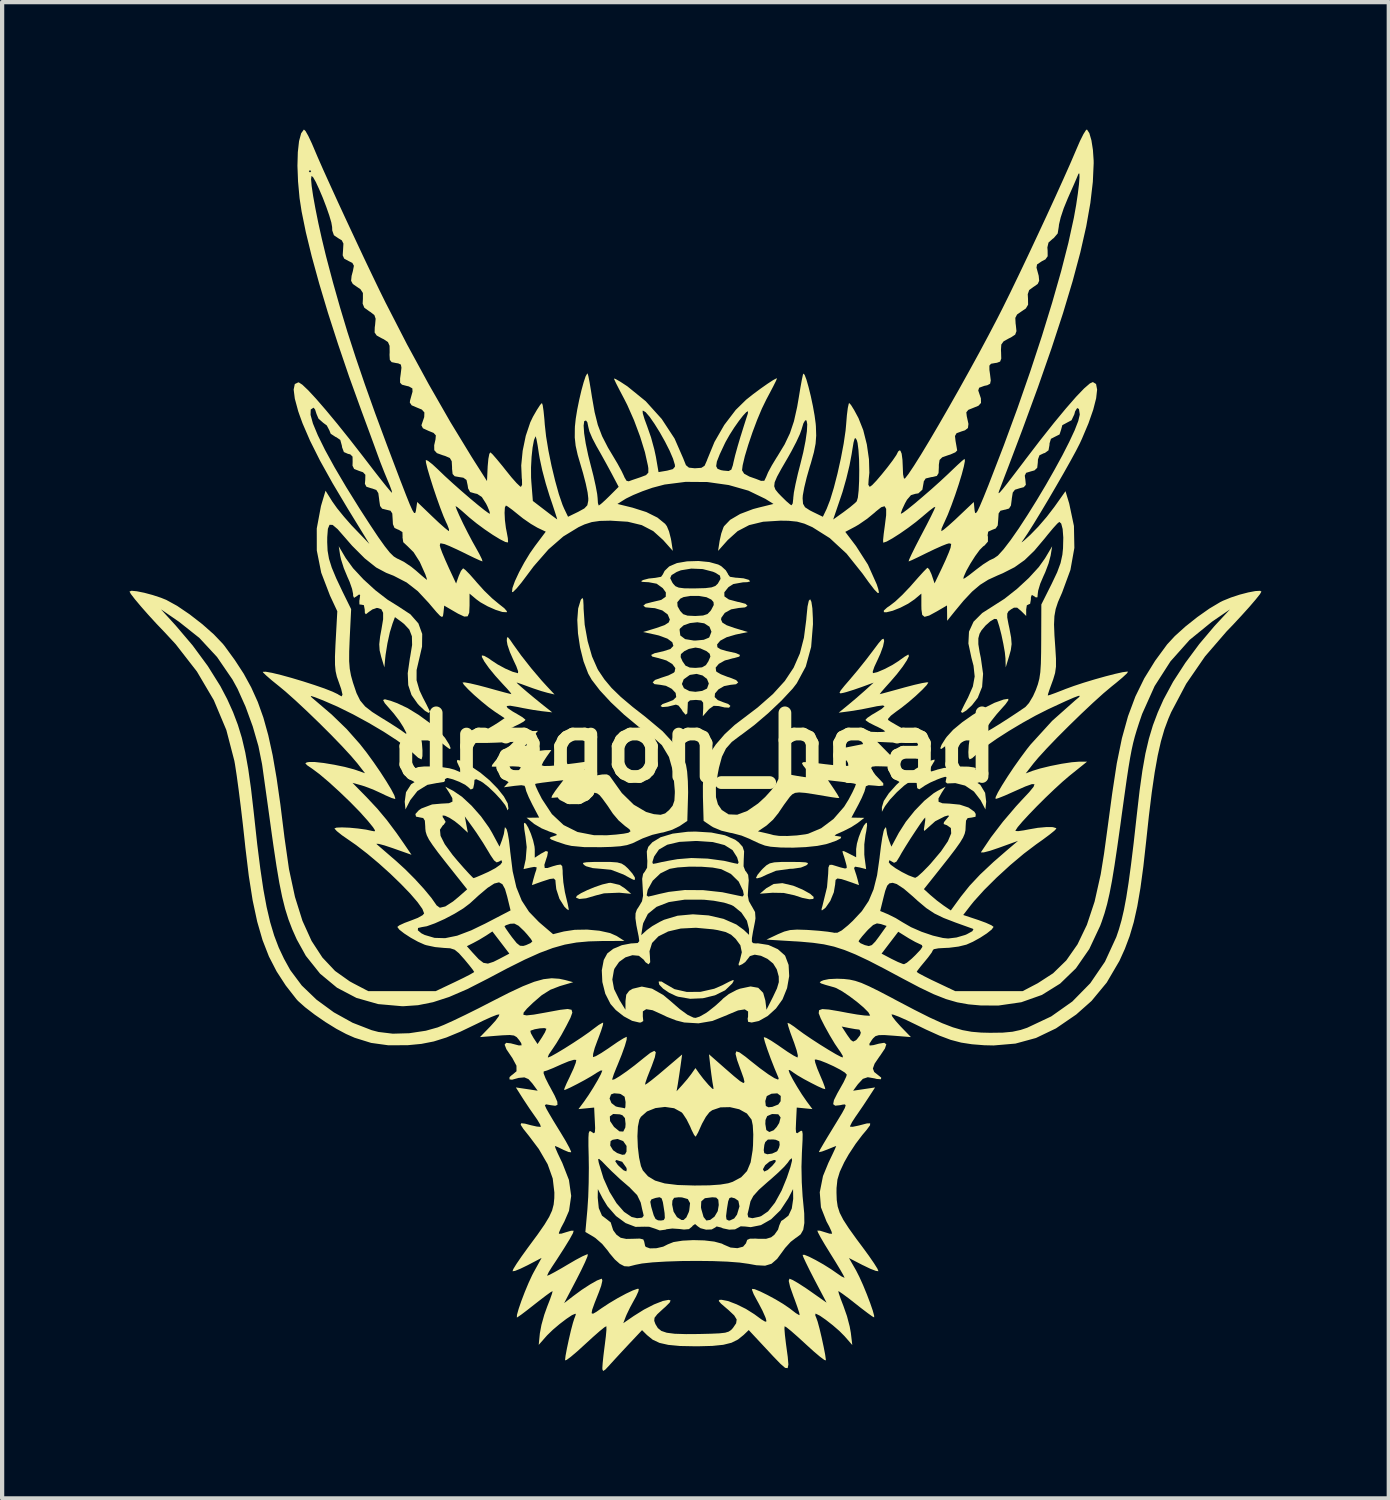
<source format=kicad_pcb>
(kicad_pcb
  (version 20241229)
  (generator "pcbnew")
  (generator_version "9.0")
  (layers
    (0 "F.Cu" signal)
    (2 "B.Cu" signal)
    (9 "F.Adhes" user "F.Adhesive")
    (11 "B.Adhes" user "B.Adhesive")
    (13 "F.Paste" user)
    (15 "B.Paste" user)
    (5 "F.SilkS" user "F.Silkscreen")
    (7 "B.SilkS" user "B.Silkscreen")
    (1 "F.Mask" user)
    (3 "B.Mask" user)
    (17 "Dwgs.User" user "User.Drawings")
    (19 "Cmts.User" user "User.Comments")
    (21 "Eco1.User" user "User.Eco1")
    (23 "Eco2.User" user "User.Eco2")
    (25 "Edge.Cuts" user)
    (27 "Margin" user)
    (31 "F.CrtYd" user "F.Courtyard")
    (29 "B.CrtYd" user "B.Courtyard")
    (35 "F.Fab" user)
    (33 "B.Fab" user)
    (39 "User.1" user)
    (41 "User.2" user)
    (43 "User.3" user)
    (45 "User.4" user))
  (footprint "dragon_head"
    (layer "F.Cu")
    (at 13.331 14.562)
    (property "Reference" "dragon_head" (at 0 0 0) (layer "F.SilkS") (effects (font (size 1.5 1.5) (thickness 0.3))))
    (attr board_only exclude_from_pos_files exclude_from_bom)
    (fp_poly (pts (xy 2.303 3.25) (xy 2.517 3.339) (xy 2.701 3.44) (xy 2.785 3.516) (xy 2.777 3.562) (xy 2.684 3.57) (xy 2.514 3.536) (xy 2.332 3.476) (xy 2.08 3.421) (xy 1.815 3.416) (xy 1.517 3.439) (xy 1.667 3.311) (xy 1.841 3.21) (xy 2.048 3.19)) (stroke (width 0) (type solid)) (fill yes) (layer "F.SilkS"))
    (fp_poly (pts (xy -1.79 3.231) (xy -1.665 3.312) (xy -1.514 3.442) (xy -1.795 3.415) (xy -2.154 3.43) (xy -2.337 3.477) (xy -2.577 3.547) (xy -2.734 3.563) (xy -2.814 3.531) (xy -2.794 3.489) (xy -2.695 3.426) (xy -2.545 3.353) (xy -2.37 3.281) (xy -2.197 3.222) (xy -2.053 3.187) (xy -2.001 3.182)) (stroke (width 0) (type solid)) (fill yes) (layer "F.SilkS"))
    (fp_poly (pts (xy 2.459 2.692) (xy 2.593 2.7) (xy 2.649 2.716) (xy 2.642 2.744) (xy 2.609 2.772) (xy 2.484 2.823) (xy 2.297 2.85) (xy 2.219 2.853) (xy 1.897 2.898) (xy 1.681 2.988) (xy 1.54 3.054) (xy 1.448 3.078) (xy 1.426 3.066) (xy 1.462 2.994) (xy 1.552 2.885) (xy 1.587 2.848) (xy 1.67 2.771) (xy 1.751 2.724) (xy 1.858 2.7) (xy 2.02 2.691) (xy 2.231 2.69)) (stroke (width 0) (type solid)) (fill yes) (layer "F.SilkS"))
    (fp_poly (pts (xy -1.996 2.691) (xy -1.842 2.702) (xy -1.74 2.729) (xy -1.661 2.779) (xy -1.587 2.848) (xy -1.486 2.963) (xy -1.43 3.051) (xy -1.426 3.068) (xy -1.427 3.105) (xy -1.444 3.116) (xy -1.5 3.092) (xy -1.62 3.027) (xy -1.696 2.986) (xy -1.989 2.875) (xy -2.22 2.853) (xy -2.419 2.836) (xy -2.573 2.793) (xy -2.609 2.772) (xy -2.65 2.734) (xy -2.639 2.71) (xy -2.56 2.697) (xy -2.399 2.691) (xy -2.231 2.69)) (stroke (width 0) (type solid)) (fill yes) (layer "F.SilkS"))
    (fp_poly (pts (xy 0.905 5.484) (xy 0.875 5.538) (xy 0.865 5.554) (xy 0.699 5.714) (xy 0.46 5.832) (xy 0.176 5.901) (xy -0.124 5.914) (xy -0.409 5.865) (xy -0.461 5.847) (xy -0.624 5.769) (xy -0.762 5.675) (xy -0.851 5.583) (xy -0.867 5.514) (xy -0.861 5.506) (xy -0.797 5.508) (xy -0.727 5.552) (xy -0.493 5.687) (xy -0.202 5.753) (xy 0.12 5.75) (xy 0.443 5.677) (xy 0.633 5.595) (xy 0.799 5.509) (xy 0.884 5.473)) (stroke (width 0) (type solid)) (fill yes) (layer "F.SilkS"))
    (fp_poly (pts (xy -3.995 1.788) (xy -3.938 1.883) (xy -3.877 2.025) (xy -3.824 2.183) (xy -3.791 2.328) (xy -3.785 2.391) (xy -3.785 2.591) (xy -3.643 2.498) (xy -3.523 2.433) (xy -3.474 2.45) (xy -3.492 2.554) (xy -3.509 2.602) (xy -3.559 2.76) (xy -3.55 2.834) (xy -3.483 2.833) (xy -3.478 2.831) (xy -3.356 2.791) (xy -3.259 2.764) (xy -3.177 2.752) (xy -3.139 2.788) (xy -3.128 2.896) (xy -3.127 2.972) (xy -3.112 3.17) (xy -3.075 3.402) (xy -3.049 3.513) (xy -3.009 3.678) (xy -2.987 3.793) (xy -2.986 3.827) (xy -3.028 3.803) (xy -3.087 3.744) (xy -3.204 3.558) (xy -3.278 3.331) (xy -3.292 3.206) (xy -3.299 3.118) (xy -3.338 3.081) (xy -3.43 3.092) (xy -3.599 3.147) (xy -3.62 3.154) (xy -3.852 3.236) (xy -3.819 3.104) (xy -3.778 2.96) (xy -3.75 2.879) (xy -3.74 2.818) (xy -3.796 2.807) (xy -3.882 2.822) (xy -4.049 2.859) (xy -3.998 2.63) (xy -3.975 2.341) (xy -4.003 2.097) (xy -4.03 1.927) (xy -4.04 1.806) (xy -4.036 1.768)) (stroke (width 0) (type solid)) (fill yes) (layer "F.SilkS"))
    (fp_poly (pts (xy 4.038 1.77) (xy 4.042 1.834) (xy 4.023 1.967) (xy 4.005 2.055) (xy 3.977 2.277) (xy 3.977 2.517) (xy 3.984 2.586) (xy 4.02 2.859) (xy 3.866 2.82) (xy 3.761 2.802) (xy 3.736 2.833) (xy 3.749 2.877) (xy 3.792 3.008) (xy 3.819 3.104) (xy 3.852 3.236) (xy 3.62 3.154) (xy 3.442 3.095) (xy 3.344 3.08) (xy 3.301 3.113) (xy 3.292 3.198) (xy 3.292 3.211) (xy 3.259 3.406) (xy 3.176 3.608) (xy 3.067 3.765) (xy 3.045 3.785) (xy 2.977 3.834) (xy 2.969 3.803) (xy 2.99 3.73) (xy 3.099 3.285) (xy 3.126 2.97) (xy 3.132 2.822) (xy 3.158 2.76) (xy 3.216 2.758) (xy 3.237 2.764) (xy 3.422 2.821) (xy 3.524 2.845) (xy 3.563 2.834) (xy 3.561 2.786) (xy 3.547 2.729) (xy 3.506 2.584) (xy 3.476 2.496) (xy 3.461 2.438) (xy 3.495 2.435) (xy 3.601 2.486) (xy 3.613 2.492) (xy 3.785 2.581) (xy 3.785 2.386) (xy 3.803 2.26) (xy 3.847 2.106) (xy 3.906 1.953) (xy 3.968 1.83) (xy 4.019 1.769)) (stroke (width 0) (type solid)) (fill yes) (layer "F.SilkS"))
    (fp_poly (pts (xy -5.54 0.302) (xy -5.395 0.377) (xy -5.294 0.434) (xy -5.067 0.587) (xy -4.85 0.768) (xy -4.66 0.962) (xy -4.512 1.149) (xy -4.422 1.312) (xy -4.405 1.433) (xy -4.409 1.444) (xy -4.433 1.475) (xy -4.439 1.439) (xy -4.481 1.353) (xy -4.583 1.222) (xy -4.72 1.073) (xy -4.868 0.932) (xy -5.003 0.824) (xy -5.058 0.79) (xy -5.164 0.741) (xy -5.205 0.757) (xy -5.212 0.849) (xy -5.236 0.959) (xy -5.293 0.985) (xy -5.349 0.932) (xy -5.424 0.873) (xy -5.56 0.804) (xy -5.712 0.745) (xy -5.836 0.714) (xy -5.852 0.713) (xy -5.904 0.742) (xy -5.897 0.768) (xy -5.92 0.806) (xy -6.029 0.823) (xy -6.045 0.823) (xy -6.315 0.875) (xy -6.548 1.019) (xy -6.717 1.234) (xy -6.83 1.454) (xy -6.848 1.272) (xy -6.818 1.049) (xy -6.698 0.862) (xy -6.522 0.749) (xy -6.395 0.684) (xy -6.377 0.628) (xy -6.468 0.58) (xy -6.5 0.571) (xy -6.591 0.53) (xy -6.607 0.488) (xy -6.533 0.456) (xy -6.384 0.441) (xy -6.19 0.441) (xy -5.984 0.456) (xy -5.798 0.484) (xy -5.676 0.518) (xy -5.486 0.598) (xy -5.57 0.436) (xy -5.617 0.332) (xy -5.611 0.287)) (stroke (width 0) (type solid)) (fill yes) (layer "F.SilkS"))
    (fp_poly (pts (xy 5.631 0.314) (xy 5.611 0.343) (xy 5.544 0.457) (xy 5.527 0.499) (xy 5.518 0.552) (xy 5.562 0.558) (xy 5.682 0.521) (xy 5.697 0.515) (xy 5.849 0.478) (xy 6.044 0.454) (xy 6.249 0.443) (xy 6.433 0.446) (xy 6.564 0.465) (xy 6.607 0.488) (xy 6.585 0.535) (xy 6.5 0.571) (xy 6.387 0.618) (xy 6.382 0.672) (xy 6.487 0.735) (xy 6.522 0.749) (xy 6.709 0.874) (xy 6.823 1.063) (xy 6.848 1.272) (xy 6.83 1.454) (xy 6.718 1.239) (xy 6.56 1.033) (xy 6.351 0.892) (xy 6.122 0.834) (xy 6.048 0.837) (xy 5.929 0.841) (xy 5.892 0.808) (xy 5.901 0.756) (xy 5.914 0.698) (xy 5.885 0.684) (xy 5.791 0.712) (xy 5.696 0.748) (xy 5.532 0.82) (xy 5.402 0.892) (xy 5.372 0.914) (xy 5.272 0.98) (xy 5.223 0.952) (xy 5.212 0.849) (xy 5.205 0.756) (xy 5.163 0.742) (xy 5.061 0.79) (xy 4.917 0.891) (xy 4.746 1.046) (xy 4.584 1.219) (xy 4.466 1.375) (xy 4.452 1.399) (xy 4.392 1.509) (xy 4.392 1.399) (xy 4.436 1.254) (xy 4.555 1.073) (xy 4.733 0.874) (xy 4.949 0.676) (xy 5.185 0.499) (xy 5.388 0.379) (xy 5.553 0.3) (xy 5.631 0.279)) (stroke (width 0) (type solid)) (fill yes) (layer "F.SilkS"))
    (fp_poly (pts (xy -8.237 -4.465) (xy -8.064 -4.227) (xy -7.822 -3.967) (xy -7.542 -3.711) (xy -7.251 -3.486) (xy -7.006 -3.334) (xy -6.714 -3.142) (xy -6.526 -2.928) (xy -6.436 -2.679) (xy -6.44 -2.382) (xy -6.501 -2.117) (xy -6.568 -1.83) (xy -6.569 -1.589) (xy -6.499 -1.348) (xy -6.419 -1.179) (xy -6.334 -1.016) (xy -6.275 -0.894) (xy -6.254 -0.845) (xy -6.286 -0.819) (xy -6.372 -0.87) (xy -6.5 -0.989) (xy -6.542 -1.034) (xy -6.688 -1.241) (xy -6.765 -1.474) (xy -6.777 -1.755) (xy -6.727 -2.105) (xy -6.72 -2.14) (xy -6.674 -2.42) (xy -6.679 -2.625) (xy -6.739 -2.781) (xy -6.861 -2.913) (xy -6.916 -2.957) (xy -7.078 -3.076) (xy -7.135 -2.925) (xy -7.198 -2.72) (xy -7.256 -2.456) (xy -7.299 -2.187) (xy -7.31 -2.085) (xy -7.327 -1.893) (xy -7.402 -2.14) (xy -7.439 -2.292) (xy -7.448 -2.437) (xy -7.428 -2.616) (xy -7.397 -2.784) (xy -7.357 -3.025) (xy -7.357 -3.179) (xy -7.399 -3.262) (xy -7.487 -3.291) (xy -7.509 -3.292) (xy -7.61 -3.257) (xy -7.69 -3.201) (xy -7.763 -3.144) (xy -7.787 -3.174) (xy -7.79 -3.254) (xy -7.81 -3.358) (xy -7.865 -3.369) (xy -7.915 -3.375) (xy -7.917 -3.461) (xy -7.911 -3.494) (xy -7.898 -3.597) (xy -7.924 -3.61) (xy -7.973 -3.573) (xy -8.042 -3.53) (xy -8.063 -3.577) (xy -8.064 -3.622) (xy -8.088 -3.741) (xy -8.147 -3.91) (xy -8.199 -4.027) (xy -8.283 -4.23) (xy -8.348 -4.436) (xy -8.368 -4.526) (xy -8.402 -4.745)) (stroke (width 0) (type solid)) (fill yes) (layer "F.SilkS"))
    (fp_poly (pts (xy 8.366 -4.526) (xy 8.318 -4.343) (xy 8.239 -4.133) (xy 8.197 -4.041) (xy 8.121 -3.863) (xy 8.073 -3.702) (xy 8.064 -3.637) (xy 8.055 -3.543) (xy 8.014 -3.542) (xy 7.982 -3.566) (xy 7.923 -3.599) (xy 7.902 -3.548) (xy 7.9 -3.487) (xy 7.883 -3.39) (xy 7.845 -3.374) (xy 7.805 -3.354) (xy 7.79 -3.255) (xy 7.79 -3.103) (xy 7.672 -3.22) (xy 7.579 -3.298) (xy 7.503 -3.299) (xy 7.435 -3.26) (xy 7.373 -3.214) (xy 7.344 -3.159) (xy 7.344 -3.068) (xy 7.373 -2.912) (xy 7.395 -2.81) (xy 7.435 -2.595) (xy 7.447 -2.44) (xy 7.428 -2.299) (xy 7.391 -2.166) (xy 7.308 -1.893) (xy 7.302 -2.104) (xy 7.287 -2.249) (xy 7.252 -2.447) (xy 7.207 -2.661) (xy 7.157 -2.856) (xy 7.113 -2.995) (xy 7.096 -3.03) (xy 7.04 -3.034) (xy 6.943 -2.976) (xy 6.833 -2.878) (xy 6.737 -2.764) (xy 6.692 -2.685) (xy 6.663 -2.577) (xy 6.663 -2.439) (xy 6.695 -2.242) (xy 6.722 -2.115) (xy 6.775 -1.741) (xy 6.752 -1.433) (xy 6.649 -1.175) (xy 6.514 -1.001) (xy 6.381 -0.878) (xy 6.29 -0.822) (xy 6.254 -0.841) (xy 6.254 -0.845) (xy 6.278 -0.901) (xy 6.339 -1.026) (xy 6.419 -1.179) (xy 6.534 -1.442) (xy 6.577 -1.678) (xy 6.55 -1.931) (xy 6.501 -2.117) (xy 6.429 -2.455) (xy 6.443 -2.734) (xy 6.55 -2.968) (xy 6.755 -3.173) (xy 6.995 -3.326) (xy 7.279 -3.508) (xy 7.574 -3.741) (xy 7.853 -3.999) (xy 8.088 -4.256) (xy 8.235 -4.463) (xy 8.402 -4.745)) (stroke (width 0) (type solid)) (fill yes) (layer "F.SilkS"))
    (fp_poly (pts (xy 0.327 -4.373) (xy 0.536 -4.315) (xy 0.609 -4.275) (xy 0.715 -4.179) (xy 0.767 -4.092) (xy 0.768 -4.083) (xy 0.813 -4.026) (xy 0.953 -4.004) (xy 0.974 -4.004) (xy 1.132 -3.99) (xy 1.251 -3.956) (xy 1.262 -3.95) (xy 1.287 -3.916) (xy 1.219 -3.899) (xy 1.121 -3.896) (xy 0.892 -3.855) (xy 0.778 -3.783) (xy 0.68 -3.661) (xy 0.682 -3.564) (xy 0.787 -3.491) (xy 0.997 -3.435) (xy 1.029 -3.43) (xy 1.18 -3.389) (xy 1.226 -3.342) (xy 1.167 -3.305) (xy 1.024 -3.292) (xy 0.84 -3.259) (xy 0.691 -3.176) (xy 0.61 -3.062) (xy 0.603 -3.018) (xy 0.633 -2.948) (xy 0.734 -2.885) (xy 0.919 -2.82) (xy 1.234 -2.725) (xy 0.948 -2.665) (xy 0.736 -2.603) (xy 0.584 -2.521) (xy 0.51 -2.433) (xy 0.517 -2.366) (xy 0.59 -2.319) (xy 0.725 -2.278) (xy 0.756 -2.272) (xy 0.956 -2.227) (xy 1.049 -2.185) (xy 1.033 -2.146) (xy 0.909 -2.111) (xy 0.883 -2.107) (xy 0.692 -2.055) (xy 0.551 -1.976) (xy 0.476 -1.887) (xy 0.487 -1.802) (xy 0.502 -1.786) (xy 0.599 -1.73) (xy 0.753 -1.67) (xy 0.811 -1.652) (xy 0.959 -1.593) (xy 1.007 -1.537) (xy 0.956 -1.495) (xy 0.826 -1.481) (xy 0.674 -1.451) (xy 0.542 -1.374) (xy 0.46 -1.277) (xy 0.453 -1.193) (xy 0.526 -1.122) (xy 0.655 -1.071) (xy 0.771 -1.031) (xy 0.823 -0.985) (xy 0.823 -0.983) (xy 0.791 -0.943) (xy 0.685 -0.949) (xy 0.55 -0.981) (xy 0.43 -0.987) (xy 0.324 -0.913) (xy 0.294 -0.88) (xy 0.173 -0.741) (xy 0.183 -0.933) (xy 0.181 -1.061) (xy 0.138 -1.114) (xy 0.021 -1.125) (xy 0 -1.125) (xy -0.128 -1.116) (xy -0.179 -1.071) (xy -0.184 -0.957) (xy -0.184 -0.946) (xy -0.192 -0.809) (xy -0.231 -0.776) (xy -0.297 -0.85) (xy -0.327 -0.901) (xy -0.398 -0.992) (xy -0.46 -1.015) (xy -0.65 -0.968) (xy -0.778 -0.957) (xy -0.823 -0.982) (xy -0.776 -1.028) (xy -0.661 -1.069) (xy -0.655 -1.071) (xy -0.526 -1.122) (xy -0.453 -1.193) (xy -0.467 -1.291) (xy -0.558 -1.387) (xy -0.695 -1.458) (xy -0.826 -1.481) (xy -0.967 -1.498) (xy -0.969 -1.501) (xy -0.319 -1.501) (xy -0.271 -1.401) (xy -0.141 -1.333) (xy 0 -1.317) (xy 0.157 -1.338) (xy 0.266 -1.39) (xy 0.274 -1.398) (xy 0.315 -1.512) (xy 0.272 -1.619) (xy 0.168 -1.701) (xy 0.028 -1.739) (xy -0.124 -1.716) (xy -0.139 -1.71) (xy -0.277 -1.611) (xy -0.319 -1.501) (xy -0.969 -1.501) (xy -1.008 -1.541) (xy -0.95 -1.597) (xy -0.8 -1.65) (xy -0.637 -1.703) (xy -0.518 -1.763) (xy -0.492 -1.785) (xy -0.474 -1.875) (xy -0.545 -1.971) (xy -0.684 -2.055) (xy -0.871 -2.111) (xy -0.881 -2.113) (xy -0.965 -2.134) (xy -0.349 -2.134) (xy -0.304 -2.034) (xy -0.233 -1.932) (xy -0.134 -1.888) (xy 0 -1.88) (xy 0.155 -1.893) (xy 0.246 -1.945) (xy 0.304 -2.034) (xy 0.352 -2.147) (xy 0.335 -2.214) (xy 0.262 -2.274) (xy 0.114 -2.34) (xy 0 -2.359) (xy -0.155 -2.327) (xy -0.262 -2.274) (xy -0.342 -2.205) (xy -0.349 -2.134) (xy -0.965 -2.134) (xy -1.017 -2.147) (xy -1.044 -2.185) (xy -0.962 -2.226) (xy -0.771 -2.269) (xy -0.76 -2.271) (xy -0.59 -2.325) (xy -0.52 -2.399) (xy -0.545 -2.484) (xy -0.66 -2.569) (xy -0.86 -2.643) (xy -0.954 -2.665) (xy -1.234 -2.725) (xy -1.047 -2.781) (xy -0.374 -2.781) (xy -0.357 -2.644) (xy -0.243 -2.558) (xy -0.036 -2.524) (xy 0 -2.524) (xy 0.195 -2.542) (xy 0.316 -2.592) (xy 0.327 -2.603) (xy 0.377 -2.732) (xy 0.33 -2.851) (xy 0.207 -2.93) (xy 0.045 -2.955) (xy -0.129 -2.936) (xy -0.279 -2.883) (xy -0.366 -2.804) (xy -0.374 -2.781) (xy -1.047 -2.781) (xy -0.919 -2.82) (xy -0.73 -2.887) (xy -0.631 -2.949) (xy -0.603 -3.018) (xy -0.653 -3.138) (xy -0.781 -3.234) (xy -0.956 -3.287) (xy -1.024 -3.292) (xy -1.177 -3.307) (xy -1.227 -3.346) (xy -1.174 -3.391) (xy -1.038 -3.426) (xy -0.428 -3.426) (xy -0.421 -3.331) (xy -0.359 -3.221) (xy -0.29 -3.146) (xy -0.187 -3.111) (xy -0.014 -3.103) (xy 0.003 -3.103) (xy 0.179 -3.114) (xy 0.284 -3.149) (xy 0.355 -3.223) (xy 0.375 -3.254) (xy 0.431 -3.362) (xy 0.425 -3.431) (xy 0.374 -3.489) (xy 0.26 -3.545) (xy 0.083 -3.575) (xy -0.112 -3.576) (xy -0.28 -3.548) (xy -0.357 -3.511) (xy -0.428 -3.426) (xy -1.038 -3.426) (xy -1.021 -3.431) (xy -1.018 -3.431) (xy -0.806 -3.482) (xy -0.7 -3.556) (xy -0.697 -3.657) (xy -0.77 -3.759) (xy -0.914 -3.863) (xy -1.106 -3.899) (xy -1.12 -3.899) (xy -1.25 -3.906) (xy -1.281 -3.923) (xy -1.234 -3.95) (xy -1.1 -3.985) (xy -1.012 -3.994) (xy -0.595 -3.994) (xy -0.545 -3.891) (xy -0.524 -3.861) (xy -0.471 -3.804) (xy -0.394 -3.771) (xy -0.266 -3.755) (xy -0.062 -3.752) (xy 0.001 -3.753) (xy 0.233 -3.759) (xy 0.38 -3.777) (xy 0.469 -3.81) (xy 0.526 -3.864) (xy 0.591 -3.977) (xy 0.577 -4.053) (xy 0.471 -4.12) (xy 0.413 -4.145) (xy 0.171 -4.208) (xy -0.097 -4.219) (xy -0.343 -4.179) (xy -0.442 -4.14) (xy -0.564 -4.065) (xy -0.595 -3.994) (xy -1.012 -3.994) (xy -0.946 -4.001) (xy -0.809 -4.026) (xy -0.768 -4.083) (xy -0.727 -4.165) (xy -0.626 -4.263) (xy -0.609 -4.275) (xy -0.436 -4.349) (xy -0.197 -4.39) (xy 0.07 -4.398)) (stroke (width 0) (type solid)) (fill yes) (layer "F.SilkS"))
    (fp_poly (pts (xy 0.376 1.998) (xy 0.694 2.063) (xy 0.935 2.167) (xy 1.018 2.229) (xy 1.111 2.333) (xy 1.146 2.441) (xy 1.139 2.604) (xy 1.138 2.608) (xy 1.133 2.793) (xy 1.174 2.9) (xy 1.193 2.919) (xy 1.241 2.994) (xy 1.255 3.126) (xy 1.244 3.283) (xy 1.233 3.477) (xy 1.257 3.61) (xy 1.322 3.726) (xy 1.328 3.734) (xy 1.404 3.871) (xy 1.414 4.018) (xy 1.402 4.097) (xy 1.355 4.335) (xy 1.33 4.486) (xy 1.329 4.568) (xy 1.355 4.602) (xy 1.411 4.609) (xy 1.477 4.608) (xy 1.719 4.646) (xy 1.941 4.746) (xy 2.103 4.889) (xy 2.115 4.907) (xy 2.194 5.116) (xy 2.208 5.379) (xy 2.158 5.663) (xy 2.051 5.927) (xy 1.897 6.142) (xy 1.701 6.32) (xy 1.493 6.437) (xy 1.324 6.473) (xy 1.24 6.456) (xy 1.229 6.382) (xy 1.239 6.337) (xy 1.24 6.213) (xy 1.162 6.163) (xy 1.004 6.188) (xy 0.766 6.287) (xy 0.748 6.296) (xy 0.4 6.436) (xy 0.071 6.492) (xy -0.265 6.472) (xy -0.451 6.425) (xy -0.668 6.341) (xy -0.791 6.282) (xy -1.01 6.183) (xy -1.16 6.159) (xy -1.239 6.21) (xy -1.24 6.334) (xy -1.239 6.337) (xy -1.229 6.438) (xy -1.285 6.472) (xy -1.322 6.473) (xy -1.492 6.433) (xy -1.69 6.326) (xy -1.877 6.178) (xy -2.001 6.036) (xy -2.124 5.794) (xy -2.193 5.519) (xy -2.196 5.461) (xy -1.958 5.461) (xy -1.917 5.685) (xy -1.79 5.942) (xy -1.783 5.954) (xy -1.649 6.172) (xy -1.648 5.967) (xy -1.63 5.818) (xy -1.562 5.727) (xy -1.48 5.678) (xy -1.264 5.626) (xy -1.022 5.675) (xy -0.761 5.823) (xy -0.611 5.947) (xy -0.367 6.159) (xy -0.183 6.293) (xy -0.047 6.357) (xy 0.004 6.364) (xy 0.099 6.333) (xy 0.238 6.255) (xy 0.307 6.207) (xy 0.469 6.078) (xy 0.616 5.945) (xy 0.652 5.907) (xy 0.785 5.803) (xy 0.967 5.707) (xy 1.048 5.676) (xy 1.298 5.623) (xy 1.479 5.655) (xy 1.595 5.774) (xy 1.646 5.953) (xy 1.673 6.172) (xy 1.824 5.873) (xy 1.92 5.67) (xy 1.964 5.521) (xy 1.962 5.389) (xy 1.92 5.235) (xy 1.914 5.218) (xy 1.83 5.083) (xy 1.697 4.974) (xy 1.543 4.901) (xy 1.396 4.875) (xy 1.283 4.908) (xy 1.243 4.961) (xy 1.173 5.049) (xy 1.101 5.1) (xy 1.025 5.133) (xy 1.015 5.098) (xy 1.043 5.018) (xy 1.092 4.817) (xy 1.058 4.653) (xy 0.946 4.501) (xy 0.839 4.404) (xy 0.71 4.341) (xy 0.523 4.296) (xy 0.415 4.278) (xy 0.011 4.241) (xy -0.346 4.259) (xy -0.643 4.328) (xy -0.872 4.443) (xy -1.022 4.599) (xy -1.082 4.793) (xy -1.073 4.91) (xy -1.066 5.052) (xy -1.104 5.102) (xy -1.176 5.053) (xy -1.22 4.992) (xy -1.332 4.901) (xy -1.484 4.887) (xy -1.649 4.938) (xy -1.799 5.046) (xy -1.906 5.201) (xy -1.92 5.238) (xy -1.958 5.461) (xy -2.196 5.461) (xy -2.206 5.243) (xy -2.16 5) (xy -2.076 4.845) (xy -1.935 4.736) (xy -1.733 4.651) (xy -1.518 4.61) (xy -1.476 4.608) (xy -1.36 4.6) (xy -1.323 4.555) (xy -1.339 4.438) (xy -1.341 4.43) (xy -1.344 4.416) (xy -1.277 4.416) (xy -1.145 4.295) (xy -1.017 4.202) (xy -0.839 4.101) (xy -0.74 4.053) (xy -0.421 3.957) (xy -0.061 3.924) (xy 0.31 3.95) (xy 0.661 4.031) (xy 0.964 4.164) (xy 1.138 4.291) (xy 1.262 4.408) (xy 1.262 4.275) (xy 1.212 4.075) (xy 1.082 3.882) (xy 0.897 3.731) (xy 0.848 3.706) (xy 0.674 3.649) (xy 0.431 3.604) (xy 0.197 3.58) (xy -0.254 3.579) (xy -0.627 3.636) (xy -0.918 3.749) (xy -1.121 3.915) (xy -1.231 4.134) (xy -1.244 4.197) (xy -1.277 4.416) (xy -1.344 4.416) (xy -1.391 4.183) (xy -1.414 4.016) (xy -1.411 3.902) (xy -1.381 3.815) (xy -1.328 3.734) (xy -1.259 3.617) (xy -1.234 3.486) (xy -1.234 3.477) (xy -1.149 3.477) (xy -1.113 3.507) (xy -1.009 3.484) (xy -0.847 3.444) (xy -0.657 3.402) (xy -0.631 3.396) (xy -0.252 3.352) (xy 0.183 3.355) (xy 0.633 3.404) (xy 1.004 3.483) (xy 1.11 3.504) (xy 1.139 3.467) (xy 1.12 3.367) (xy 1.018 3.152) (xy 0.835 2.973) (xy 0.608 2.861) (xy 0.405 2.823) (xy 0.136 2.803) (xy -0.153 2.802) (xy -0.419 2.82) (xy -0.607 2.853) (xy -0.824 2.959) (xy -1.007 3.133) (xy -1.12 3.338) (xy -1.129 3.368) (xy -1.149 3.477) (xy -1.234 3.477) (xy -1.243 3.297) (xy -1.244 3.283) (xy -1.255 3.088) (xy -1.233 2.972) (xy -1.193 2.919) (xy -1.139 2.827) (xy -1.134 2.696) (xy -1.015 2.696) (xy -1.001 2.736) (xy -0.927 2.724) (xy -0.918 2.722) (xy -0.802 2.695) (xy -0.618 2.659) (xy -0.424 2.625) (xy -0.094 2.598) (xy 0.287 2.612) (xy 0.673 2.664) (xy 0.918 2.721) (xy 0.998 2.736) (xy 1.016 2.701) (xy 0.984 2.591) (xy 0.979 2.579) (xy 0.873 2.411) (xy 0.685 2.293) (xy 0.408 2.222) (xy 0.037 2.197) (xy 0 2.197) (xy -0.379 2.218) (xy -0.664 2.285) (xy -0.86 2.398) (xy -0.973 2.562) (xy -0.979 2.579) (xy -1.015 2.696) (xy -1.134 2.696) (xy -1.133 2.665) (xy -1.138 2.608) (xy -1.146 2.444) (xy -1.112 2.335) (xy -1.02 2.232) (xy -1.018 2.229) (xy -0.821 2.109) (xy -0.538 2.024) (xy -0.187 1.98) (xy 0 1.975)) (stroke (width 0) (type solid)) (fill yes) (layer "F.SilkS"))
    (fp_poly (pts (xy -2.644 -3.487) (xy -2.636 -3.354) (xy -2.635 -3.276) (xy -2.609 -2.897) (xy -2.539 -2.509) (xy -2.436 -2.149) (xy -2.307 -1.856) (xy -2.289 -1.824) (xy -2.147 -1.612) (xy -1.976 -1.408) (xy -1.758 -1.196) (xy -1.477 -0.959) (xy -1.182 -0.729) (xy -0.775 -0.389) (xy -0.475 -0.064) (xy -0.282 0.244) (xy -0.222 0.406) (xy -0.196 0.561) (xy -0.179 0.787) (xy -0.173 1.047) (xy -0.176 1.177) (xy -0.192 1.724) (xy -0.374 1.847) (xy -0.547 1.932) (xy -0.754 1.994) (xy -0.813 2.004) (xy -1.016 2.052) (xy -1.242 2.135) (xy -1.344 2.184) (xy -1.481 2.25) (xy -1.613 2.294) (xy -1.77 2.321) (xy -1.981 2.336) (xy -2.222 2.343) (xy -2.623 2.341) (xy -2.92 2.313) (xy -3.059 2.281) (xy -3.273 2.21) (xy -3.394 2.163) (xy -3.434 2.13) (xy -3.406 2.105) (xy -3.346 2.086) (xy -3.27 2.06) (xy -3.273 2.035) (xy -3.365 1.999) (xy -3.436 1.977) (xy -3.624 1.899) (xy -3.795 1.798) (xy -3.82 1.778) (xy -3.977 1.65) (xy -3.829 1.648) (xy -3.681 1.646) (xy -3.843 1.338) (xy -3.928 1.164) (xy -3.987 1.02) (xy -4.005 0.947) (xy -4.025 0.897) (xy -4.102 0.883) (xy -4.258 0.898) (xy -4.511 0.932) (xy -4.44 0.854) (xy -3.777 0.854) (xy -3.763 0.906) (xy -3.707 1.029) (xy -3.622 1.196) (xy -3.616 1.207) (xy -3.381 1.564) (xy -3.105 1.822) (xy -2.778 1.985) (xy -2.392 2.06) (xy -2.085 2.062) (xy -1.871 2.046) (xy -1.692 2.025) (xy -1.583 2.004) (xy -1.578 2.002) (xy -1.529 1.968) (xy -1.555 1.921) (xy -1.659 1.844) (xy -1.809 1.714) (xy -1.944 1.554) (xy -1.957 1.535) (xy -2.071 1.364) (xy -2.189 1.202) (xy -2.201 1.187) (xy -2.257 1.119) (xy -2.315 1.076) (xy -2.395 1.055) (xy -2.515 1.057) (xy -2.696 1.079) (xy -2.956 1.122) (xy -3.1 1.147) (xy -3.259 1.171) (xy -3.368 1.18) (xy -3.393 1.177) (xy -3.375 1.127) (xy -3.306 1.022) (xy -3.262 0.962) (xy -3.112 0.765) (xy -3.435 0.802) (xy -3.61 0.824) (xy -3.735 0.843) (xy -3.777 0.854) (xy -4.44 0.854) (xy -4.313 0.713) (xy -4.202 0.585) (xy -4.13 0.491) (xy -4.114 0.461) (xy -4.164 0.446) (xy -4.293 0.439) (xy -4.43 0.44) (xy -4.611 0.446) (xy -4.748 0.447) (xy -4.798 0.445) (xy -4.789 0.407) (xy -4.716 0.312) (xy -4.594 0.178) (xy -4.567 0.151) (xy -4.282 -0.138) (xy -4.706 -0.119) (xy -4.935 -0.112) (xy -5.142 -0.112) (xy -5.286 -0.119) (xy -5.294 -0.119) (xy -5.375 -0.133) (xy -5.394 -0.155) (xy -5.34 -0.198) (xy -5.203 -0.275) (xy -5.129 -0.314) (xy -4.933 -0.421) (xy -4.754 -0.525) (xy -4.647 -0.592) (xy -4.495 -0.696) (xy -4.727 -0.85) (xy -4.876 -0.958) (xy -5.044 -1.095) (xy -5.212 -1.241) (xy -5.355 -1.377) (xy -5.454 -1.483) (xy -5.486 -1.536) (xy -5.437 -1.539) (xy -5.304 -1.515) (xy -5.109 -1.469) (xy -4.924 -1.42) (xy -4.691 -1.355) (xy -4.5 -1.303) (xy -4.374 -1.271) (xy -4.336 -1.262) (xy -4.357 -1.298) (xy -4.436 -1.39) (xy -4.534 -1.495) (xy -4.711 -1.69) (xy -4.862 -1.874) (xy -4.972 -2.029) (xy -5.03 -2.136) (xy -5.031 -2.174) (xy -4.973 -2.163) (xy -4.863 -2.1) (xy -4.815 -2.064) (xy -4.66 -1.962) (xy -4.479 -1.864) (xy -4.309 -1.79) (xy -4.189 -1.756) (xy -4.18 -1.756) (xy -4.177 -1.8) (xy -4.218 -1.915) (xy -4.288 -2.065) (xy -4.371 -2.253) (xy -4.428 -2.423) (xy -4.444 -2.517) (xy -4.439 -2.595) (xy -4.415 -2.601) (xy -4.357 -2.528) (xy -4.297 -2.44) (xy -4.106 -2.174) (xy -3.871 -1.875) (xy -3.627 -1.587) (xy -3.515 -1.464) (xy -3.319 -1.254) (xy -3.484 -1.293) (xy -3.633 -1.335) (xy -3.826 -1.399) (xy -3.922 -1.434) (xy -4.078 -1.491) (xy -4.185 -1.528) (xy -4.214 -1.536) (xy -4.185 -1.504) (xy -4.092 -1.421) (xy -3.954 -1.303) (xy -3.792 -1.168) (xy -3.626 -1.033) (xy -3.558 -0.979) (xy -3.374 -0.833) (xy -3.621 -0.861) (xy -3.821 -0.89) (xy -4.058 -0.933) (xy -4.184 -0.959) (xy -4.367 -0.99) (xy -4.448 -0.982) (xy -4.427 -0.936) (xy -4.303 -0.852) (xy -4.198 -0.792) (xy -4.076 -0.719) (xy -4.009 -0.664) (xy -4.005 -0.654) (xy -4.05 -0.613) (xy -4.164 -0.55) (xy -4.227 -0.52) (xy -4.366 -0.452) (xy -4.455 -0.399) (xy -4.469 -0.387) (xy -4.43 -0.373) (xy -4.306 -0.369) (xy -4.124 -0.374) (xy -4.1 -0.376) (xy -3.709 -0.398) (xy -3.94 -0.135) (xy -4.057 0.001) (xy -4.134 0.101) (xy -4.156 0.141) (xy -4.099 0.14) (xy -3.971 0.121) (xy -3.895 0.107) (xy -3.714 0.077) (xy -3.558 0.059) (xy -3.521 0.057) (xy -3.394 0.055) (xy -3.507 0.214) (xy -3.583 0.331) (xy -3.62 0.408) (xy -3.621 0.414) (xy -3.568 0.431) (xy -3.414 0.428) (xy -3.164 0.406) (xy -2.826 0.364) (xy -2.717 0.349) (xy -2.443 0.311) (xy -2.595 0.491) (xy -2.683 0.606) (xy -2.724 0.683) (xy -2.723 0.696) (xy -2.661 0.7) (xy -2.523 0.685) (xy -2.378 0.661) (xy -2.194 0.63) (xy -2.087 0.628) (xy -2.028 0.657) (xy -2.002 0.69) (xy -1.734 1.067) (xy -1.453 1.342) (xy -1.162 1.513) (xy -0.979 1.565) (xy -0.821 1.58) (xy -0.713 1.547) (xy -0.619 1.466) (xy -0.537 1.365) (xy -0.496 1.246) (xy -0.486 1.068) (xy -0.486 1.021) (xy -0.523 0.577) (xy -0.624 0.218) (xy -0.79 -0.059) (xy -0.982 -0.233) (xy -1.34 -0.495) (xy -1.683 -0.78) (xy -1.992 -1.07) (xy -2.251 -1.35) (xy -2.444 -1.601) (xy -2.526 -1.745) (xy -2.636 -2.034) (xy -2.717 -2.359) (xy -2.767 -2.693) (xy -2.783 -3.009) (xy -2.763 -3.279) (xy -2.703 -3.478) (xy -2.695 -3.492) (xy -2.662 -3.529)) (stroke (width 0) (type solid)) (fill yes) (layer "F.SilkS"))
    (fp_poly (pts (xy 2.731 -3.436) (xy 2.754 -3.284) (xy 2.766 -3.045) (xy 2.768 -2.908) (xy 2.725 -2.374) (xy 2.598 -1.911) (xy 2.386 -1.517) (xy 2.289 -1.391) (xy 2.026 -1.109) (xy 1.713 -0.812) (xy 1.386 -0.533) (xy 1.083 -0.305) (xy 1.052 -0.284) (xy 0.856 -0.136) (xy 0.719 0.019) (xy 0.624 0.211) (xy 0.554 0.469) (xy 0.522 0.636) (xy 0.481 0.94) (xy 0.483 1.165) (xy 0.53 1.335) (xy 0.62 1.467) (xy 0.781 1.57) (xy 0.983 1.578) (xy 1.217 1.491) (xy 1.475 1.314) (xy 1.643 1.16) (xy 1.787 1.001) (xy 1.898 0.851) (xy 1.951 0.745) (xy 1.973 0.665) (xy 2.003 0.622) (xy 2.069 0.611) (xy 2.195 0.628) (xy 2.382 0.662) (xy 2.555 0.69) (xy 2.68 0.701) (xy 2.723 0.696) (xy 2.707 0.644) (xy 2.636 0.542) (xy 2.603 0.501) (xy 2.537 0.419) (xy 2.509 0.367) (xy 2.534 0.341) (xy 2.625 0.338) (xy 2.798 0.355) (xy 3.064 0.389) (xy 3.084 0.391) (xy 3.303 0.416) (xy 3.478 0.428) (xy 3.584 0.427) (xy 3.601 0.422) (xy 3.593 0.362) (xy 3.534 0.252) (xy 3.513 0.223) (xy 3.394 0.055) (xy 3.521 0.057) (xy 3.654 0.069) (xy 3.833 0.096) (xy 3.895 0.107) (xy 4.045 0.133) (xy 4.14 0.143) (xy 4.156 0.141) (xy 4.131 0.096) (xy 4.049 -0.007) (xy 3.94 -0.135) (xy 3.709 -0.398) (xy 4.1 -0.376) (xy 4.287 -0.369) (xy 4.419 -0.372) (xy 4.47 -0.385) (xy 4.469 -0.387) (xy 4.411 -0.428) (xy 4.288 -0.492) (xy 4.227 -0.52) (xy 4.093 -0.588) (xy 4.014 -0.642) (xy 4.005 -0.657) (xy 4.048 -0.703) (xy 4.158 -0.778) (xy 4.223 -0.815) (xy 4.389 -0.916) (xy 4.454 -0.976) (xy 4.417 -0.996) (xy 4.277 -0.978) (xy 4.182 -0.958) (xy 3.954 -0.912) (xy 3.725 -0.872) (xy 3.621 -0.857) (xy 3.374 -0.825) (xy 3.59 -1.002) (xy 3.769 -1.152) (xy 3.951 -1.311) (xy 4.002 -1.356) (xy 4.197 -1.533) (xy 3.922 -1.432) (xy 3.731 -1.366) (xy 3.555 -1.311) (xy 3.49 -1.294) (xy 3.418 -1.28) (xy 3.393 -1.294) (xy 3.422 -1.35) (xy 3.513 -1.463) (xy 3.633 -1.602) (xy 3.821 -1.825) (xy 4.021 -2.075) (xy 4.189 -2.296) (xy 4.316 -2.465) (xy 4.393 -2.553) (xy 4.432 -2.567) (xy 4.444 -2.519) (xy 4.444 -2.51) (xy 4.419 -2.389) (xy 4.356 -2.215) (xy 4.288 -2.065) (xy 4.214 -1.906) (xy 4.176 -1.795) (xy 4.18 -1.756) (xy 4.291 -1.783) (xy 4.455 -1.853) (xy 4.635 -1.947) (xy 4.792 -2.047) (xy 4.807 -2.059) (xy 4.926 -2.144) (xy 5.006 -2.191) (xy 5.017 -2.194) (xy 5.028 -2.156) (xy 4.978 -2.055) (xy 4.881 -1.909) (xy 4.749 -1.738) (xy 4.605 -1.57) (xy 4.474 -1.424) (xy 4.38 -1.316) (xy 4.342 -1.264) (xy 4.342 -1.262) (xy 4.4 -1.276) (xy 4.54 -1.314) (xy 4.741 -1.369) (xy 4.924 -1.42) (xy 5.153 -1.48) (xy 5.337 -1.522) (xy 5.454 -1.541) (xy 5.486 -1.536) (xy 5.446 -1.474) (xy 5.342 -1.364) (xy 5.195 -1.226) (xy 5.026 -1.079) (xy 4.858 -0.945) (xy 4.727 -0.85) (xy 4.603 -0.755) (xy 4.538 -0.681) (xy 4.537 -0.654) (xy 4.602 -0.61) (xy 4.74 -0.53) (xy 4.925 -0.426) (xy 5.02 -0.374) (xy 5.223 -0.263) (xy 5.339 -0.192) (xy 5.381 -0.15) (xy 5.357 -0.129) (xy 5.294 -0.118) (xy 5.158 -0.112) (xy 4.955 -0.111) (xy 4.726 -0.118) (xy 4.706 -0.119) (xy 4.282 -0.138) (xy 4.567 0.151) (xy 4.696 0.289) (xy 4.78 0.393) (xy 4.802 0.443) (xy 4.798 0.445) (xy 4.718 0.447) (xy 4.566 0.445) (xy 4.425 0.44) (xy 4.248 0.436) (xy 4.159 0.447) (xy 4.138 0.478) (xy 4.159 0.53) (xy 4.242 0.645) (xy 4.329 0.736) (xy 4.424 0.838) (xy 4.424 0.892) (xy 4.325 0.903) (xy 4.224 0.893) (xy 4.079 0.882) (xy 4.014 0.908) (xy 4.005 0.945) (xy 3.98 1.034) (xy 3.916 1.184) (xy 3.84 1.336) (xy 3.674 1.646) (xy 3.826 1.649) (xy 3.977 1.652) (xy 3.823 1.772) (xy 3.67 1.871) (xy 3.483 1.966) (xy 3.439 1.985) (xy 3.311 2.042) (xy 3.278 2.071) (xy 3.334 2.081) (xy 3.344 2.082) (xy 3.432 2.097) (xy 3.421 2.135) (xy 3.317 2.19) (xy 3.128 2.256) (xy 3.076 2.272) (xy 2.868 2.313) (xy 2.598 2.341) (xy 2.301 2.354) (xy 2.013 2.351) (xy 1.77 2.332) (xy 1.636 2.305) (xy 1.492 2.25) (xy 1.319 2.169) (xy 1.28 2.149) (xy 1.086 2.07) (xy 0.867 2.012) (xy 0.813 2.003) (xy 0.677 1.97) (xy 1.472 1.97) (xy 1.627 2.005) (xy 1.759 2.036) (xy 1.838 2.058) (xy 1.97 2.077) (xy 2.167 2.079) (xy 2.388 2.066) (xy 2.589 2.04) (xy 2.655 2.026) (xy 2.961 1.897) (xy 3.251 1.679) (xy 3.501 1.392) (xy 3.609 1.218) (xy 3.699 1.047) (xy 3.759 0.918) (xy 3.779 0.857) (xy 3.778 0.855) (xy 3.717 0.84) (xy 3.58 0.82) (xy 3.44 0.802) (xy 3.122 0.766) (xy 3.26 0.97) (xy 3.34 1.094) (xy 3.384 1.172) (xy 3.386 1.184) (xy 3.33 1.182) (xy 3.2 1.164) (xy 3.1 1.147) (xy 2.798 1.096) (xy 2.585 1.064) (xy 2.441 1.053) (xy 2.346 1.064) (xy 2.281 1.098) (xy 2.226 1.154) (xy 2.201 1.187) (xy 2.086 1.343) (xy 1.968 1.517) (xy 1.957 1.535) (xy 1.827 1.696) (xy 1.671 1.836) (xy 1.653 1.848) (xy 1.472 1.97) (xy 0.677 1.97) (xy 0.61 1.954) (xy 0.419 1.874) (xy 0.374 1.847) (xy 0.192 1.724) (xy 0.176 1.163) (xy 0.175 0.898) (xy 0.186 0.65) (xy 0.206 0.455) (xy 0.22 0.383) (xy 0.314 0.169) (xy 0.478 -0.074) (xy 0.689 -0.319) (xy 0.925 -0.537) (xy 1.012 -0.603) (xy 1.464 -0.947) (xy 1.825 -1.264) (xy 2.104 -1.571) (xy 2.312 -1.884) (xy 2.459 -2.219) (xy 2.555 -2.59) (xy 2.61 -3.014) (xy 2.616 -3.087) (xy 2.64 -3.327) (xy 2.67 -3.462) (xy 2.702 -3.497)) (stroke (width 0) (type solid)) (fill yes) (layer "F.SilkS"))
    (fp_poly (pts (xy 9.278 -14.475) (xy 9.327 -14.306) (xy 9.362 -14.082) (xy 9.379 -13.83) (xy 9.38 -13.77) (xy 9.36 -13.327) (xy 9.302 -12.832) (xy 9.205 -12.282) (xy 9.066 -11.669) (xy 8.884 -10.989) (xy 8.658 -10.236) (xy 8.386 -9.405) (xy 8.067 -8.491) (xy 7.699 -7.488) (xy 7.471 -6.885) (xy 7.369 -6.616) (xy 7.277 -6.377) (xy 7.206 -6.189) (xy 7.163 -6.076) (xy 7.157 -6.062) (xy 7.14 -6.01) (xy 7.144 -5.993) (xy 7.176 -6.021) (xy 7.245 -6.101) (xy 7.356 -6.242) (xy 7.518 -6.453) (xy 7.738 -6.742) (xy 7.762 -6.775) (xy 8.119 -7.241) (xy 8.442 -7.648) (xy 8.725 -7.99) (xy 8.964 -8.264) (xy 9.154 -8.462) (xy 9.29 -8.58) (xy 9.361 -8.613) (xy 9.436 -8.567) (xy 9.461 -8.435) (xy 9.438 -8.23) (xy 9.369 -7.961) (xy 9.257 -7.64) (xy 9.104 -7.278) (xy 9.052 -7.165) (xy 8.962 -6.989) (xy 8.832 -6.751) (xy 8.673 -6.468) (xy 8.496 -6.161) (xy 8.312 -5.846) (xy 8.132 -5.545) (xy 7.967 -5.274) (xy 7.827 -5.052) (xy 7.724 -4.899) (xy 7.691 -4.855) (xy 7.683 -4.836) (xy 7.742 -4.882) (xy 7.856 -4.985) (xy 7.893 -5.02) (xy 8.075 -5.207) (xy 8.274 -5.438) (xy 8.447 -5.663) (xy 8.451 -5.668) (xy 8.716 -6.042) (xy 8.804 -5.75) (xy 8.915 -5.223) (xy 8.925 -4.706) (xy 8.832 -4.187) (xy 8.635 -3.651) (xy 8.62 -3.617) (xy 8.539 -3.431) (xy 8.485 -3.267) (xy 8.455 -3.1) (xy 8.446 -2.902) (xy 8.456 -2.646) (xy 8.476 -2.359) (xy 8.492 -2.098) (xy 8.492 -1.91) (xy 8.471 -1.759) (xy 8.427 -1.611) (xy 8.401 -1.539) (xy 8.342 -1.378) (xy 8.305 -1.265) (xy 8.299 -1.23) (xy 8.352 -1.244) (xy 8.481 -1.291) (xy 8.662 -1.361) (xy 8.719 -1.384) (xy 8.914 -1.455) (xy 9.15 -1.533) (xy 9.405 -1.61) (xy 9.658 -1.681) (xy 9.884 -1.739) (xy 10.062 -1.779) (xy 10.169 -1.793) (xy 10.189 -1.789) (xy 10.159 -1.747) (xy 10.06 -1.655) (xy 9.909 -1.528) (xy 9.81 -1.449) (xy 9.609 -1.28) (xy 9.361 -1.056) (xy 9.085 -0.796) (xy 8.799 -0.518) (xy 8.523 -0.242) (xy 8.276 0.015) (xy 8.076 0.234) (xy 7.961 0.371) (xy 7.78 0.605) (xy 7.935 0.546) (xy 8.12 0.489) (xy 8.364 0.43) (xy 8.626 0.378) (xy 8.865 0.342) (xy 9.031 0.329) (xy 9.223 0.329) (xy 8.811 0.66) (xy 8.645 0.802) (xy 8.452 0.979) (xy 8.246 1.176) (xy 8.042 1.379) (xy 7.855 1.573) (xy 7.699 1.742) (xy 7.589 1.872) (xy 7.539 1.949) (xy 7.539 1.961) (xy 7.602 1.965) (xy 7.736 1.946) (xy 7.844 1.925) (xy 8.064 1.887) (xy 8.263 1.869) (xy 8.415 1.87) (xy 8.494 1.893) (xy 8.5 1.906) (xy 8.457 1.953) (xy 8.342 2.046) (xy 8.174 2.171) (xy 8.027 2.275) (xy 7.735 2.496) (xy 7.415 2.765) (xy 7.094 3.059) (xy 6.8 3.351) (xy 6.559 3.618) (xy 6.483 3.712) (xy 6.307 3.94) (xy 6.665 4.059) (xy 6.843 4.124) (xy 6.971 4.182) (xy 7.022 4.22) (xy 7.022 4.221) (xy 6.977 4.283) (xy 6.863 4.374) (xy 6.706 4.476) (xy 6.536 4.57) (xy 6.381 4.639) (xy 6.38 4.639) (xy 6.196 4.684) (xy 5.975 4.712) (xy 5.884 4.716) (xy 5.723 4.725) (xy 5.618 4.745) (xy 5.596 4.763) (xy 5.563 4.827) (xy 5.478 4.942) (xy 5.404 5.032) (xy 5.297 5.161) (xy 5.227 5.253) (xy 5.212 5.28) (xy 5.258 5.313) (xy 5.381 5.379) (xy 5.56 5.469) (xy 5.664 5.518) (xy 6.117 5.733) (xy 6.912 5.733) (xy 7.708 5.733) (xy 8.063 5.547) (xy 8.424 5.313) (xy 8.735 5.01) (xy 8.999 4.632) (xy 9.22 4.172) (xy 9.402 3.623) (xy 9.546 2.98) (xy 9.624 2.496) (xy 9.663 2.211) (xy 9.711 1.858) (xy 9.762 1.479) (xy 9.811 1.115) (xy 9.82 1.051) (xy 9.924 0.369) (xy 10.045 -0.223) (xy 10.189 -0.742) (xy 10.362 -1.206) (xy 10.572 -1.635) (xy 10.826 -2.046) (xy 11.109 -2.432) (xy 11.291 -2.629) (xy 11.539 -2.853) (xy 11.821 -3.077) (xy 12.106 -3.278) (xy 12.363 -3.431) (xy 12.426 -3.462) (xy 12.613 -3.538) (xy 12.82 -3.606) (xy 13.02 -3.658) (xy 13.189 -3.69) (xy 13.3 -3.696) (xy 13.331 -3.677) (xy 13.295 -3.615) (xy 13.196 -3.491) (xy 13.048 -3.318) (xy 12.864 -3.114) (xy 12.658 -2.892) (xy 12.514 -2.743) (xy 12.002 -2.15) (xy 11.559 -1.506) (xy 11.205 -0.836) (xy 11.14 -0.685) (xy 11.047 -0.436) (xy 10.964 -0.15) (xy 10.888 0.185) (xy 10.817 0.582) (xy 10.748 1.053) (xy 10.68 1.61) (xy 10.617 2.194) (xy 10.55 2.796) (xy 10.481 3.305) (xy 10.407 3.737) (xy 10.324 4.109) (xy 10.227 4.438) (xy 10.114 4.739) (xy 9.987 5.02) (xy 9.687 5.532) (xy 9.329 5.965) (xy 8.969 6.284) (xy 8.492 6.611) (xy 8.021 6.837) (xy 7.538 6.969) (xy 7.024 7.013) (xy 6.803 7.008) (xy 6.513 6.985) (xy 6.259 6.946) (xy 6.012 6.881) (xy 5.746 6.781) (xy 5.432 6.639) (xy 5.19 6.521) (xy 4.97 6.415) (xy 4.786 6.334) (xy 4.662 6.288) (xy 4.618 6.281) (xy 4.637 6.333) (xy 4.717 6.437) (xy 4.831 6.564) (xy 5.075 6.816) (xy 4.663 6.783) (xy 4.451 6.768) (xy 4.32 6.77) (xy 4.24 6.794) (xy 4.183 6.846) (xy 4.153 6.886) (xy 4.095 6.977) (xy 4.104 7.015) (xy 4.194 7.005) (xy 4.321 6.971) (xy 4.448 6.95) (xy 4.496 6.986) (xy 4.463 7.085) (xy 4.35 7.254) (xy 4.335 7.273) (xy 4.22 7.442) (xy 4.179 7.556) (xy 4.21 7.638) (xy 4.279 7.693) (xy 4.375 7.77) (xy 4.37 7.809) (xy 4.269 7.802) (xy 4.221 7.789) (xy 4.059 7.761) (xy 3.943 7.8) (xy 3.83 7.922) (xy 3.818 7.937) (xy 3.714 8.079) (xy 3.972 8.041) (xy 4.231 8.002) (xy 4.077 8.239) (xy 3.949 8.433) (xy 3.812 8.633) (xy 3.772 8.69) (xy 3.688 8.819) (xy 3.644 8.908) (xy 3.643 8.927) (xy 3.705 8.929) (xy 3.831 8.903) (xy 3.876 8.892) (xy 4.037 8.85) (xy 4.115 8.847) (xy 4.112 8.893) (xy 4.032 9.002) (xy 3.932 9.12) (xy 3.773 9.33) (xy 3.61 9.578) (xy 3.504 9.765) (xy 3.4 9.988) (xy 3.344 10.172) (xy 3.323 10.372) (xy 3.322 10.478) (xy 3.328 10.654) (xy 3.35 10.806) (xy 3.398 10.955) (xy 3.482 11.119) (xy 3.61 11.317) (xy 3.791 11.57) (xy 3.933 11.76) (xy 4.086 11.969) (xy 4.207 12.145) (xy 4.286 12.271) (xy 4.31 12.33) (xy 4.309 12.331) (xy 4.249 12.323) (xy 4.121 12.274) (xy 3.951 12.192) (xy 3.947 12.191) (xy 3.616 12.02) (xy 3.785 12.315) (xy 3.861 12.465) (xy 3.948 12.658) (xy 4.036 12.872) (xy 4.115 13.08) (xy 4.176 13.257) (xy 4.209 13.379) (xy 4.209 13.419) (xy 4.163 13.394) (xy 4.051 13.313) (xy 3.892 13.192) (xy 3.787 13.109) (xy 3.611 12.971) (xy 3.469 12.866) (xy 3.383 12.807) (xy 3.365 12.8) (xy 3.377 12.854) (xy 3.421 12.982) (xy 3.488 13.156) (xy 3.488 13.157) (xy 3.569 13.388) (xy 3.633 13.632) (xy 3.66 13.783) (xy 3.694 14.069) (xy 3.512 13.861) (xy 3.39 13.738) (xy 3.234 13.603) (xy 3.073 13.477) (xy 2.932 13.379) (xy 2.838 13.332) (xy 2.827 13.331) (xy 2.822 13.37) (xy 2.846 13.428) (xy 2.879 13.522) (xy 2.924 13.689) (xy 2.973 13.896) (xy 3.019 14.109) (xy 3.055 14.295) (xy 3.072 14.417) (xy 3.072 14.431) (xy 3.035 14.42) (xy 2.935 14.346) (xy 2.785 14.219) (xy 2.603 14.054) (xy 2.597 14.048) (xy 2.411 13.878) (xy 2.255 13.741) (xy 2.146 13.653) (xy 2.1 13.627) (xy 2.096 13.688) (xy 2.107 13.829) (xy 2.13 14.024) (xy 2.136 14.07) (xy 2.174 14.349) (xy 2.189 14.529) (xy 2.172 14.614) (xy 2.112 14.607) (xy 2.002 14.512) (xy 1.829 14.333) (xy 1.725 14.221) (xy 1.255 13.717) (xy 1.135 13.832) (xy 1.001 13.94) (xy 0.848 14.016) (xy 0.655 14.064) (xy 0.398 14.09) (xy 0.058 14.099) (xy 0 14.099) (xy -0.364 14.092) (xy -0.639 14.066) (xy -0.847 14.019) (xy -1.007 13.944) (xy -1.14 13.836) (xy -1.145 13.831) (xy -1.258 13.719) (xy -1.553 14.032) (xy -1.724 14.215) (xy -1.89 14.395) (xy -2.017 14.534) (xy -2.02 14.538) (xy -2.123 14.648) (xy -2.174 14.681) (xy -2.191 14.645) (xy -2.193 14.61) (xy -2.186 14.499) (xy -2.167 14.317) (xy -2.14 14.099) (xy -2.136 14.07) (xy -2.111 13.868) (xy -2.097 13.713) (xy -2.098 13.632) (xy -2.1 13.627) (xy -2.146 13.653) (xy -2.255 13.741) (xy -2.411 13.878) (xy -2.597 14.048) (xy -2.597 14.048) (xy -2.78 14.215) (xy -2.931 14.343) (xy -3.033 14.419) (xy -3.072 14.431) (xy -3.072 14.431) (xy -3.06 14.323) (xy -3.027 14.147) (xy -2.982 13.936) (xy -2.933 13.725) (xy -2.886 13.548) (xy -2.851 13.438) (xy -2.846 13.428) (xy -2.818 13.35) (xy -2.827 13.331) (xy -2.908 13.365) (xy -3.041 13.454) (xy -3.201 13.576) (xy -3.359 13.71) (xy -3.49 13.837) (xy -3.511 13.86) (xy -3.692 14.066) (xy -3.665 13.795) (xy -3.628 13.596) (xy -3.561 13.356) (xy -3.494 13.169) (xy -3.425 12.992) (xy -3.379 12.86) (xy -3.365 12.801) (xy -3.365 12.8) (xy -3.412 12.825) (xy -3.524 12.906) (xy -3.682 13.027) (xy -3.787 13.109) (xy -3.964 13.248) (xy -4.104 13.354) (xy -4.19 13.413) (xy -4.207 13.421) (xy -4.204 13.358) (xy -4.165 13.219) (xy -4.101 13.032) (xy -4.02 12.82) (xy -3.932 12.609) (xy -3.847 12.425) (xy -3.812 12.358) (xy -3.624 12.017) (xy -3.952 12.189) (xy -4.121 12.271) (xy -4.249 12.323) (xy -4.309 12.332) (xy -4.309 12.332) (xy -4.29 12.279) (xy -4.215 12.157) (xy -4.096 11.983) (xy -3.946 11.775) (xy -3.929 11.752) (xy -3.712 11.458) (xy -3.554 11.23) (xy -3.446 11.051) (xy -3.377 10.901) (xy -3.34 10.76) (xy -3.325 10.61) (xy -3.323 10.478) (xy -3.362 10.147) (xy -3.482 9.81) (xy -3.69 9.452) (xy -3.921 9.145) (xy -4.055 8.977) (xy -4.117 8.881) (xy -4.104 8.845) (xy -4.014 8.855) (xy -3.876 8.892) (xy -3.738 8.923) (xy -3.652 8.931) (xy -3.643 8.927) (xy -3.659 8.874) (xy -3.724 8.764) (xy -3.777 8.688) (xy -3.909 8.499) (xy -4.046 8.292) (xy -4.082 8.236) (xy -4.23 8.002) (xy -3.973 8.04) (xy -3.716 8.079) (xy -3.842 7.908) (xy -3.933 7.806) (xy -4.029 7.765) (xy -4.164 7.777) (xy -4.32 7.82) (xy -4.381 7.812) (xy -4.379 7.759) (xy -4.319 7.705) (xy -4.311 7.702) (xy -4.272 7.669) (xy -3.577 7.669) (xy -3.533 7.783) (xy -3.451 7.946) (xy -3.433 7.977) (xy -3.315 8.197) (xy -3.254 8.337) (xy -3.25 8.412) (xy -3.302 8.434) (xy -3.406 8.42) (xy -3.52 8.4) (xy -3.547 8.424) (xy -3.508 8.511) (xy -3.507 8.512) (xy -3.448 8.615) (xy -3.349 8.783) (xy -3.226 8.984) (xy -3.171 9.073) (xy -3.057 9.263) (xy -2.973 9.417) (xy -2.93 9.511) (xy -2.928 9.529) (xy -2.988 9.523) (xy -3.101 9.476) (xy -3.119 9.467) (xy -3.238 9.409) (xy -3.307 9.381) (xy -3.31 9.381) (xy -3.299 9.426) (xy -3.248 9.546) (xy -3.167 9.717) (xy -3.138 9.776) (xy -2.98 10.181) (xy -2.927 10.557) (xy -2.978 10.907) (xy -3.087 11.159) (xy -3.166 11.308) (xy -3.212 11.414) (xy -3.218 11.448) (xy -3.158 11.446) (xy -3.045 11.411) (xy -2.929 11.377) (xy -2.869 11.377) (xy -2.885 11.434) (xy -2.961 11.573) (xy -3.091 11.785) (xy -3.269 12.062) (xy -3.381 12.231) (xy -3.456 12.351) (xy -3.491 12.427) (xy -3.491 12.437) (xy -3.44 12.417) (xy -3.317 12.352) (xy -3.142 12.253) (xy -3.017 12.179) (xy -2.82 12.064) (xy -2.66 11.979) (xy -2.557 11.935) (xy -2.533 11.932) (xy -2.546 11.988) (xy -2.602 12.121) (xy -2.692 12.31) (xy -2.799 12.521) (xy -3.093 13.082) (xy -2.877 12.915) (xy -2.675 12.767) (xy -2.481 12.641) (xy -2.319 12.549) (xy -2.215 12.509) (xy -2.205 12.508) (xy -2.193 12.554) (xy -2.221 12.676) (xy -2.274 12.823) (xy -2.374 13.076) (xy -2.432 13.237) (xy -2.446 13.319) (xy -2.414 13.333) (xy -2.334 13.288) (xy -2.213 13.203) (xy -2.032 13.084) (xy -1.834 12.966) (xy -1.641 12.862) (xy -1.477 12.784) (xy -1.366 12.745) (xy -1.334 12.747) (xy -1.344 12.805) (xy -1.398 12.925) (xy -1.446 13.011) (xy -1.541 13.186) (xy -1.62 13.35) (xy -1.642 13.402) (xy -1.7 13.555) (xy -1.453 13.385) (xy -1.213 13.235) (xy -0.976 13.113) (xy -0.771 13.032) (xy -0.631 13.005) (xy -0.585 13.02) (xy -0.607 13.069) (xy -0.705 13.167) (xy -0.765 13.22) (xy -0.899 13.344) (xy -0.964 13.427) (xy -0.971 13.499) (xy -0.943 13.576) (xy -0.886 13.67) (xy -0.803 13.737) (xy -0.676 13.78) (xy -0.488 13.804) (xy -0.223 13.812) (xy 0.074 13.81) (xy 0.365 13.803) (xy 0.567 13.794) (xy 0.7 13.779) (xy 0.784 13.753) (xy 0.841 13.714) (xy 0.883 13.668) (xy 0.958 13.558) (xy 0.971 13.467) (xy 0.912 13.371) (xy 0.775 13.242) (xy 0.733 13.207) (xy 0.601 13.093) (xy 0.548 13.031) (xy 0.563 13.006) (xy 0.613 13.003) (xy 0.767 13.033) (xy 0.971 13.111) (xy 1.189 13.219) (xy 1.383 13.341) (xy 1.397 13.351) (xy 1.557 13.468) (xy 1.644 13.52) (xy 1.673 13.511) (xy 1.657 13.442) (xy 1.642 13.403) (xy 1.579 13.261) (xy 1.486 13.083) (xy 1.446 13.011) (xy 1.371 12.871) (xy 1.333 12.772) (xy 1.334 12.747) (xy 1.395 12.754) (xy 1.525 12.807) (xy 1.696 12.891) (xy 1.885 12.993) (xy 2.065 13.101) (xy 2.211 13.2) (xy 2.246 13.227) (xy 2.363 13.317) (xy 2.44 13.363) (xy 2.453 13.364) (xy 2.444 13.308) (xy 2.401 13.176) (xy 2.335 12.992) (xy 2.31 12.927) (xy 2.229 12.697) (xy 2.197 12.559) (xy 2.214 12.508) (xy 2.218 12.508) (xy 2.291 12.538) (xy 2.429 12.618) (xy 2.606 12.733) (xy 2.687 12.789) (xy 3.088 13.071) (xy 2.806 12.535) (xy 2.692 12.313) (xy 2.6 12.126) (xy 2.54 11.996) (xy 2.524 11.946) (xy 2.566 11.944) (xy 2.677 11.989) (xy 2.834 12.069) (xy 3.013 12.17) (xy 3.192 12.282) (xy 3.333 12.38) (xy 3.443 12.455) (xy 3.506 12.484) (xy 3.511 12.48) (xy 3.483 12.423) (xy 3.409 12.293) (xy 3.299 12.111) (xy 3.181 11.921) (xy 3.051 11.71) (xy 2.949 11.536) (xy 2.886 11.417) (xy 2.871 11.374) (xy 2.932 11.376) (xy 3.045 11.411) (xy 3.159 11.446) (xy 3.218 11.448) (xy 3.204 11.393) (xy 3.149 11.273) (xy 3.087 11.159) (xy 2.956 10.826) (xy 2.928 10.471) (xy 3.004 10.089) (xy 3.131 9.779) (xy 3.219 9.595) (xy 3.284 9.456) (xy 3.314 9.385) (xy 3.315 9.381) (xy 3.263 9.4) (xy 3.147 9.447) (xy 3.106 9.464) (xy 2.981 9.511) (xy 2.912 9.526) (xy 2.908 9.523) (xy 2.934 9.469) (xy 3.007 9.343) (xy 3.112 9.167) (xy 3.184 9.049) (xy 3.345 8.785) (xy 3.455 8.603) (xy 3.518 8.487) (xy 3.538 8.424) (xy 3.521 8.402) (xy 3.471 8.406) (xy 3.406 8.42) (xy 3.292 8.432) (xy 3.244 8.396) (xy 3.262 8.301) (xy 3.345 8.135) (xy 3.401 8.037) (xy 3.49 7.878) (xy 3.549 7.753) (xy 3.565 7.701) (xy 3.521 7.653) (xy 3.407 7.582) (xy 3.253 7.502) (xy 3.087 7.427) (xy 2.939 7.369) (xy 2.837 7.343) (xy 2.809 7.35) (xy 2.822 7.419) (xy 2.869 7.556) (xy 2.933 7.709) (xy 3.004 7.876) (xy 3.048 7.996) (xy 3.058 8.042) (xy 3.003 8.029) (xy 2.882 7.975) (xy 2.724 7.895) (xy 2.555 7.805) (xy 2.406 7.718) (xy 2.304 7.65) (xy 2.29 7.639) (xy 2.218 7.59) (xy 2.194 7.598) (xy 2.222 7.676) (xy 2.295 7.816) (xy 2.396 7.989) (xy 2.508 8.168) (xy 2.615 8.323) (xy 2.619 8.329) (xy 2.755 8.512) (xy 2.571 8.494) (xy 2.386 8.476) (xy 2.37 8.8) (xy 2.363 8.978) (xy 2.37 9.065) (xy 2.398 9.081) (xy 2.447 9.047) (xy 2.489 9.02) (xy 2.514 9.031) (xy 2.525 9.098) (xy 2.523 9.236) (xy 2.511 9.464) (xy 2.507 9.544) (xy 2.497 9.873) (xy 2.504 10.235) (xy 2.524 10.569) (xy 2.532 10.65) (xy 2.562 10.967) (xy 2.565 11.195) (xy 2.539 11.354) (xy 2.479 11.461) (xy 2.383 11.535) (xy 2.368 11.543) (xy 2.243 11.639) (xy 2.111 11.784) (xy 2.067 11.845) (xy 1.924 12.04) (xy 1.792 12.155) (xy 1.64 12.201) (xy 1.436 12.19) (xy 1.253 12.157) (xy 1.039 12.127) (xy 0.75 12.105) (xy 0.409 12.092) (xy 0.039 12.088) (xy -0.337 12.091) (xy -0.694 12.103) (xy -1.009 12.122) (xy -1.26 12.149) (xy -1.41 12.179) (xy -1.568 12.219) (xy -1.674 12.213) (xy -1.779 12.159) (xy -1.781 12.158) (xy -1.898 12.055) (xy -2.025 11.905) (xy -2.063 11.85) (xy -2.197 11.688) (xy -2.356 11.549) (xy -2.4 11.52) (xy -2.593 11.406) (xy -2.545 10.873) (xy -2.527 10.598) (xy -2.302 10.598) (xy -2.277 10.845) (xy -2.202 11.021) (xy -2.088 11.108) (xy -1.996 11.181) (xy -1.975 11.25) (xy -1.938 11.365) (xy -1.86 11.471) (xy -1.761 11.543) (xy -1.631 11.57) (xy -1.476 11.567) (xy -1.311 11.562) (xy -1.229 11.582) (xy -1.207 11.633) (xy -1.207 11.635) (xy -1.186 11.734) (xy -1.17 11.758) (xy -1.072 11.793) (xy -0.919 11.789) (xy -0.759 11.752) (xy -0.652 11.698) (xy -0.516 11.644) (xy -0.305 11.611) (xy -0.052 11.598) (xy 0.208 11.605) (xy 0.444 11.633) (xy 0.622 11.681) (xy 0.668 11.705) (xy 0.826 11.773) (xy 0.988 11.788) (xy 1.122 11.753) (xy 1.192 11.671) (xy 1.195 11.658) (xy 1.219 11.592) (xy 1.284 11.564) (xy 1.42 11.563) (xy 1.478 11.567) (xy 1.663 11.568) (xy 1.783 11.532) (xy 1.86 11.471) (xy 1.945 11.352) (xy 1.975 11.25) (xy 2.021 11.147) (xy 2.076 11.112) (xy 2.19 11.022) (xy 2.269 10.853) (xy 2.302 10.63) (xy 2.302 10.599) (xy 2.299 10.396) (xy 2.186 10.615) (xy 2.002 10.894) (xy 1.782 11.108) (xy 1.542 11.245) (xy 1.301 11.293) (xy 1.175 11.278) (xy 1.065 11.273) (xy 1.015 11.301) (xy 0.932 11.345) (xy 0.794 11.352) (xy 0.647 11.321) (xy 0.603 11.301) (xy 0.499 11.276) (xy 0.466 11.301) (xy 0.383 11.347) (xy 0.25 11.352) (xy 0.119 11.318) (xy 0.054 11.273) (xy -0.008 11.22) (xy -0.064 11.258) (xy -0.081 11.281) (xy -0.153 11.339) (xy -0.27 11.349) (xy -0.378 11.336) (xy -0.546 11.325) (xy -0.681 11.342) (xy -0.706 11.352) (xy -0.841 11.37) (xy -0.948 11.33) (xy -1.088 11.284) (xy -1.196 11.282) (xy -1.413 11.286) (xy -1.645 11.197) (xy -1.871 11.031) (xy -2.074 10.799) (xy -2.186 10.615) (xy -2.299 10.396) (xy -2.302 10.598) (xy -2.527 10.598) (xy -2.526 10.591) (xy -2.515 10.249) (xy -2.511 9.895) (xy -2.514 9.693) (xy -2.292 9.693) (xy -2.28 9.763) (xy -2.273 9.792) (xy -2.166 10.144) (xy -2.024 10.461) (xy -1.859 10.729) (xy -1.682 10.932) (xy -1.503 11.053) (xy -1.376 11.082) (xy -1.256 11.07) (xy -1.22 11.025) (xy -1.227 10.986) (xy -1.257 10.863) (xy -1.289 10.715) (xy -1.298 10.695) (xy -1.064 10.695) (xy -1.042 10.812) (xy -1.032 10.848) (xy -0.983 11.015) (xy -0.94 11.1) (xy -0.882 11.132) (xy -0.813 11.137) (xy -0.747 11.126) (xy -0.721 11.078) (xy -0.727 10.963) (xy -0.74 10.876) (xy -0.758 10.762) (xy -0.549 10.762) (xy -0.516 10.926) (xy -0.435 11.057) (xy -0.329 11.124) (xy -0.28 11.124) (xy -0.215 11.065) (xy -0.157 10.938) (xy -0.146 10.897) (xy -0.138 10.826) (xy 0.13 10.826) (xy 0.138 10.869) (xy 0.191 11.054) (xy 0.257 11.136) (xy 0.347 11.122) (xy 0.448 11.046) (xy 0.456 11.033) (xy 0.721 11.033) (xy 0.731 11.11) (xy 0.776 11.135) (xy 0.808 11.137) (xy 0.912 11.089) (xy 0.979 10.997) (xy 0.982 10.986) (xy 1.227 10.986) (xy 1.244 11.061) (xy 1.342 11.082) (xy 1.505 11.048) (xy 1.549 11.032) (xy 1.71 10.921) (xy 1.873 10.716) (xy 2.029 10.432) (xy 2.153 10.129) (xy 2.236 9.88) (xy 2.275 9.726) (xy 2.27 9.668) (xy 2.221 9.707) (xy 2.173 9.775) (xy 2.093 9.868) (xy 1.953 10.005) (xy 1.777 10.163) (xy 1.706 10.223) (xy 1.495 10.411) (xy 1.363 10.558) (xy 1.297 10.682) (xy 1.289 10.716) (xy 1.255 10.87) (xy 1.227 10.986) (xy 0.982 10.986) (xy 1.037 10.803) (xy 1.011 10.672) (xy 0.928 10.614) (xy 0.847 10.592) (xy 0.8 10.608) (xy 0.771 10.684) (xy 0.745 10.842) (xy 0.74 10.876) (xy 0.721 11.033) (xy 0.456 11.033) (xy 0.525 10.916) (xy 0.549 10.771) (xy 0.538 10.646) (xy 0.488 10.596) (xy 0.398 10.589) (xy 0.222 10.611) (xy 0.137 10.686) (xy 0.13 10.826) (xy -0.138 10.826) (xy -0.127 10.727) (xy -0.18 10.631) (xy -0.318 10.592) (xy -0.398 10.589) (xy -0.503 10.602) (xy -0.543 10.667) (xy -0.549 10.762) (xy -0.758 10.762) (xy -0.768 10.702) (xy -0.797 10.614) (xy -0.845 10.588) (xy -0.932 10.603) (xy -0.953 10.609) (xy -1.038 10.639) (xy -1.064 10.695) (xy -1.298 10.695) (xy -1.373 10.539) (xy -1.56 10.347) (xy -1.58 10.331) (xy -1.771 10.166) (xy -1.975 9.975) (xy -2.075 9.875) (xy -2.203 9.743) (xy -2.21 9.737) (xy -1.891 9.737) (xy -1.834 9.821) (xy -1.81 9.847) (xy -1.696 9.952) (xy -1.628 9.979) (xy -1.618 9.925) (xy -1.63 9.888) (xy -1.726 9.753) (xy -1.861 9.711) (xy -1.891 9.737) (xy -2.21 9.737) (xy -2.271 9.684) (xy -2.292 9.693) (xy -2.514 9.693) (xy -2.514 9.659) (xy -2.521 9.376) (xy -2.521 9.37) (xy -2.008 9.37) (xy -1.941 9.48) (xy -1.844 9.547) (xy -1.721 9.589) (xy -1.661 9.58) (xy -1.624 9.514) (xy -1.623 9.38) (xy -1.701 9.267) (xy -1.829 9.217) (xy -1.836 9.216) (xy -1.951 9.235) (xy -1.999 9.266) (xy -2.008 9.37) (xy -2.521 9.37) (xy -2.521 9.188) (xy -2.519 9.152) (xy -1.367 9.152) (xy -1.357 9.407) (xy -1.328 9.653) (xy -1.284 9.854) (xy -1.24 9.956) (xy -1.118 10.095) (xy -0.951 10.196) (xy -0.724 10.263) (xy -0.42 10.3) (xy -0.025 10.312) (xy -0.015 10.312) (xy 0.329 10.308) (xy 0.585 10.29) (xy 0.772 10.259) (xy 0.877 10.225) (xy 1.077 10.118) (xy 1.214 9.972) (xy 1.23 9.934) (xy 1.591 9.934) (xy 1.621 9.983) (xy 1.703 9.946) (xy 1.81 9.847) (xy 1.888 9.754) (xy 1.887 9.715) (xy 1.851 9.71) (xy 1.745 9.748) (xy 1.642 9.833) (xy 1.591 9.926) (xy 1.591 9.934) (xy 1.23 9.934) (xy 1.3 9.766) (xy 1.347 9.481) (xy 1.347 9.479) (xy 1.608 9.479) (xy 1.621 9.55) (xy 1.692 9.576) (xy 1.806 9.56) (xy 1.912 9.512) (xy 1.929 9.498) (xy 1.968 9.42) (xy 1.984 9.354) (xy 1.975 9.273) (xy 1.893 9.235) (xy 1.831 9.227) (xy 1.705 9.23) (xy 1.644 9.289) (xy 1.623 9.353) (xy 1.608 9.479) (xy 1.347 9.479) (xy 1.356 9.364) (xy 1.362 9.11) (xy 1.35 8.897) (xy 1.343 8.861) (xy 1.646 8.861) (xy 1.669 9.006) (xy 1.74 9.052) (xy 1.843 9.01) (xy 1.914 8.933) (xy 1.972 8.84) (xy 2.006 8.709) (xy 1.951 8.634) (xy 1.816 8.628) (xy 1.787 8.634) (xy 1.689 8.678) (xy 1.65 8.768) (xy 1.646 8.861) (xy 1.343 8.861) (xy 1.322 8.761) (xy 1.212 8.616) (xy 1.031 8.516) (xy 0.813 8.466) (xy 0.59 8.471) (xy 0.395 8.538) (xy 0.328 8.587) (xy 0.245 8.694) (xy 0.156 8.854) (xy 0.126 8.92) (xy 0.063 9.061) (xy 0.014 9.148) (xy 0 9.161) (xy -0.035 9.115) (xy -0.093 8.999) (xy -0.126 8.92) (xy -0.209 8.754) (xy -0.298 8.619) (xy -0.328 8.587) (xy -0.502 8.492) (xy -0.717 8.461) (xy -0.941 8.488) (xy -1.141 8.567) (xy -1.285 8.694) (xy -1.322 8.761) (xy -1.356 8.925) (xy -1.367 9.152) (xy -2.519 9.152) (xy -2.514 9.078) (xy -2.496 9.032) (xy -2.467 9.033) (xy -2.443 9.051) (xy -2.394 9.082) (xy -2.369 9.058) (xy -2.363 8.96) (xy -2.37 8.8) (xy -2.376 8.685) (xy -2.017 8.685) (xy -2.011 8.794) (xy -1.918 8.932) (xy -1.79 9.037) (xy -1.7 9.041) (xy -1.652 8.945) (xy -1.646 8.861) (xy -1.661 8.724) (xy -1.72 8.657) (xy -1.78 8.636) (xy -1.938 8.627) (xy -2.017 8.685) (xy -2.376 8.685) (xy -2.386 8.476) (xy -2.571 8.494) (xy -2.755 8.512) (xy -2.619 8.329) (xy -2.574 8.263) (xy -2.023 8.263) (xy -1.979 8.37) (xy -1.877 8.449) (xy -1.821 8.464) (xy -1.708 8.483) (xy -1.66 8.495) (xy -1.65 8.454) (xy -1.646 8.345) (xy -1.648 8.335) (xy 1.646 8.335) (xy 1.658 8.438) (xy 1.718 8.469) (xy 1.809 8.46) (xy 1.951 8.404) (xy 2.006 8.327) (xy 2.009 8.202) (xy 1.928 8.141) (xy 1.791 8.15) (xy 1.68 8.206) (xy 1.646 8.319) (xy 1.646 8.335) (xy -1.648 8.335) (xy -1.669 8.22) (xy -1.759 8.159) (xy -1.791 8.15) (xy -1.916 8.14) (xy -1.988 8.166) (xy -2.023 8.263) (xy -2.574 8.263) (xy -2.517 8.181) (xy -2.406 8.006) (xy -2.304 7.833) (xy -2.228 7.691) (xy -2.195 7.608) (xy -2.194 7.603) (xy -2.233 7.604) (xy -2.327 7.657) (xy -2.345 7.67) (xy -2.457 7.74) (xy -2.614 7.83) (xy -2.788 7.923) (xy -2.946 8.003) (xy -3.059 8.054) (xy -3.093 8.064) (xy -3.084 8.02) (xy -3.034 7.903) (xy -2.955 7.739) (xy -2.954 7.735) (xy -2.873 7.561) (xy -2.82 7.423) (xy -2.807 7.354) (xy -2.861 7.35) (xy -2.987 7.387) (xy -3.158 7.458) (xy -3.171 7.464) (xy -3.352 7.545) (xy -3.497 7.603) (xy -3.573 7.625) (xy -3.574 7.625) (xy -3.577 7.669) (xy -4.272 7.669) (xy -4.215 7.621) (xy -4.216 7.49) (xy -4.314 7.307) (xy -4.333 7.28) (xy -4.453 7.102) (xy -4.495 6.994) (xy -4.459 6.951) (xy -4.345 6.964) (xy -4.321 6.971) (xy -4.162 7.012) (xy -4.095 7.01) (xy -4.104 6.959) (xy -4.153 6.886) (xy -4.21 6.817) (xy -4.275 6.779) (xy -4.376 6.767) (xy -4.543 6.774) (xy -4.663 6.783) (xy -5.075 6.816) (xy -4.934 6.67) (xy -3.889 6.67) (xy -3.877 6.724) (xy -3.819 6.828) (xy -3.815 6.835) (xy -3.719 6.98) (xy -3.616 6.823) (xy -3.545 6.704) (xy -3.512 6.624) (xy -3.511 6.62) (xy -3.557 6.604) (xy -3.663 6.61) (xy -3.784 6.631) (xy -3.875 6.661) (xy -3.889 6.67) (xy -4.934 6.67) (xy -4.831 6.564) (xy -4.71 6.43) (xy -4.634 6.327) (xy -4.618 6.281) (xy -4.677 6.291) (xy -4.81 6.343) (xy -4.997 6.428) (xy -5.143 6.5) (xy -5.537 6.689) (xy -5.868 6.826) (xy -6.164 6.919) (xy -6.455 6.976) (xy -6.768 7.006) (xy -6.775 7.007) (xy -7.235 7.009) (xy -7.639 6.953) (xy -8.027 6.832) (xy -8.229 6.743) (xy -8.458 6.621) (xy -8.715 6.462) (xy -8.97 6.286) (xy -9.195 6.113) (xy -9.361 5.965) (xy -9.398 5.924) (xy -9.651 5.6) (xy -9.865 5.27) (xy -10.046 4.919) (xy -10.197 4.532) (xy -10.323 4.096) (xy -10.43 3.596) (xy -10.521 3.018) (xy -10.602 2.347) (xy -10.615 2.222) (xy -10.66 1.81) (xy -10.709 1.396) (xy -10.758 1.005) (xy -10.805 0.661) (xy -10.846 0.392) (xy -10.861 0.308) (xy -11.05 -0.418) (xy -11.345 -1.12) (xy -11.743 -1.795) (xy -12.243 -2.438) (xy -12.5 -2.716) (xy -12.697 -2.922) (xy -12.89 -3.133) (xy -13.002 -3.26) (xy -12.59 -3.26) (xy -12.242 -2.878) (xy -11.845 -2.411) (xy -11.488 -1.926) (xy -11.19 -1.45) (xy -11.029 -1.143) (xy -10.892 -0.839) (xy -10.779 -0.541) (xy -10.684 -0.231) (xy -10.604 0.11) (xy -10.534 0.501) (xy -10.469 0.961) (xy -10.406 1.508) (xy -10.395 1.608) (xy -10.322 2.276) (xy -10.25 2.847) (xy -10.178 3.335) (xy -10.101 3.752) (xy -10.017 4.111) (xy -9.923 4.425) (xy -9.816 4.707) (xy -9.692 4.97) (xy -9.55 5.227) (xy -9.536 5.249) (xy -9.273 5.601) (xy -8.925 5.935) (xy -8.518 6.233) (xy -8.077 6.478) (xy -7.627 6.653) (xy -7.467 6.695) (xy -7.129 6.736) (xy -6.741 6.725) (xy -6.35 6.666) (xy -6.072 6.588) (xy -5.922 6.527) (xy -5.696 6.425) (xy -5.417 6.291) (xy -5.107 6.137) (xy -4.796 5.977) (xy -4.391 5.771) (xy -4.064 5.618) (xy -3.798 5.513) (xy -3.578 5.452) (xy -3.387 5.43) (xy -3.21 5.442) (xy -3.072 5.471) (xy -2.88 5.523) (xy -3.194 5.615) (xy -3.417 5.701) (xy -3.623 5.831) (xy -3.825 6.006) (xy -3.97 6.146) (xy -4.048 6.24) (xy -4.053 6.291) (xy -3.976 6.305) (xy -3.809 6.287) (xy -3.544 6.24) (xy -3.457 6.224) (xy -3.185 6.174) (xy -3.009 6.154) (xy -2.918 6.173) (xy -2.9 6.24) (xy -2.945 6.364) (xy -3.041 6.552) (xy -3.157 6.765) (xy -3.277 6.964) (xy -3.374 7.109) (xy -3.378 7.114) (xy -3.453 7.225) (xy -3.478 7.29) (xy -3.471 7.296) (xy -3.401 7.268) (xy -3.263 7.191) (xy -3.082 7.082) (xy -2.88 6.954) (xy -2.68 6.822) (xy -2.506 6.701) (xy -2.401 6.621) (xy -2.277 6.529) (xy -2.192 6.48) (xy -2.173 6.478) (xy -2.181 6.536) (xy -2.223 6.669) (xy -2.29 6.85) (xy -2.304 6.885) (xy -2.372 7.07) (xy -2.41 7.211) (xy -2.414 7.283) (xy -2.41 7.287) (xy -2.346 7.265) (xy -2.219 7.192) (xy -2.052 7.082) (xy -2.002 7.047) (xy -1.832 6.93) (xy -1.699 6.847) (xy -1.625 6.811) (xy -1.618 6.812) (xy -1.621 6.877) (xy -1.663 7.023) (xy -1.737 7.23) (xy -1.837 7.478) (xy -1.862 7.537) (xy -1.923 7.69) (xy -1.957 7.795) (xy -1.959 7.824) (xy -1.904 7.808) (xy -1.784 7.736) (xy -1.619 7.622) (xy -1.429 7.479) (xy -1.234 7.322) (xy -1.221 7.311) (xy -1.064 7.188) (xy -0.969 7.14) (xy -0.934 7.173) (xy -0.956 7.291) (xy -1.031 7.5) (xy -1.069 7.595) (xy -1.136 7.765) (xy -1.178 7.889) (xy -1.187 7.938) (xy -1.141 7.912) (xy -1.03 7.828) (xy -0.873 7.701) (xy -0.742 7.59) (xy -0.314 7.226) (xy -0.351 7.494) (xy -0.38 7.692) (xy -0.408 7.874) (xy -0.416 7.927) (xy -0.445 8.092) (xy -0.31 7.944) (xy -0.19 7.805) (xy -0.089 7.674) (xy -0.088 7.671) (xy 0 7.546) (xy 0.088 7.671) (xy 0.187 7.801) (xy 0.307 7.941) (xy 0.31 7.944) (xy 0.396 8.031) (xy 0.426 8.039) (xy 0.419 7.982) (xy 0.399 7.869) (xy 0.374 7.691) (xy 0.356 7.547) (xy 0.319 7.221) (xy 0.694 7.551) (xy 0.909 7.738) (xy 1.052 7.854) (xy 1.131 7.899) (xy 1.155 7.875) (xy 1.134 7.782) (xy 1.077 7.622) (xy 1.068 7.599) (xy 0.981 7.357) (xy 0.944 7.21) (xy 0.961 7.152) (xy 1.038 7.177) (xy 1.181 7.28) (xy 1.284 7.364) (xy 1.518 7.549) (xy 1.714 7.691) (xy 1.86 7.783) (xy 1.947 7.818) (xy 1.961 7.789) (xy 1.96 7.785) (xy 1.861 7.548) (xy 1.768 7.311) (xy 1.691 7.099) (xy 1.636 6.932) (xy 1.611 6.834) (xy 1.613 6.818) (xy 1.667 6.834) (xy 1.786 6.902) (xy 1.948 7.009) (xy 1.996 7.043) (xy 2.169 7.162) (xy 2.311 7.251) (xy 2.396 7.294) (xy 2.405 7.296) (xy 2.412 7.25) (xy 2.383 7.126) (xy 2.324 6.949) (xy 2.305 6.899) (xy 2.235 6.709) (xy 2.187 6.562) (xy 2.169 6.486) (xy 2.17 6.481) (xy 2.22 6.5) (xy 2.326 6.571) (xy 2.403 6.63) (xy 2.545 6.734) (xy 2.729 6.859) (xy 2.932 6.991) (xy 3.132 7.115) (xy 3.304 7.217) (xy 3.426 7.281) (xy 3.47 7.296) (xy 3.47 7.258) (xy 3.413 7.163) (xy 3.378 7.114) (xy 3.283 6.974) (xy 3.164 6.776) (xy 3.048 6.567) (xy 3.445 6.567) (xy 3.573 6.764) (xy 3.658 6.883) (xy 3.715 6.922) (xy 3.774 6.894) (xy 3.799 6.873) (xy 3.875 6.775) (xy 3.895 6.712) (xy 3.866 6.644) (xy 3.847 6.638) (xy 3.764 6.628) (xy 3.629 6.604) (xy 3.622 6.603) (xy 3.445 6.567) (xy 3.048 6.567) (xy 3.046 6.563) (xy 3.04 6.552) (xy 2.95 6.375) (xy 2.903 6.254) (xy 2.912 6.183) (xy 2.988 6.156) (xy 3.142 6.167) (xy 3.386 6.208) (xy 3.58 6.245) (xy 3.805 6.284) (xy 3.983 6.307) (xy 4.092 6.313) (xy 4.114 6.305) (xy 4.072 6.231) (xy 3.96 6.118) (xy 3.804 5.986) (xy 3.628 5.853) (xy 3.457 5.738) (xy 3.313 5.66) (xy 3.265 5.643) (xy 3.065 5.587) (xy 2.957 5.551) (xy 2.927 5.525) (xy 2.963 5.498) (xy 3.017 5.476) (xy 3.145 5.45) (xy 3.335 5.441) (xy 3.497 5.447) (xy 3.632 5.462) (xy 3.763 5.491) (xy 3.909 5.54) (xy 4.088 5.619) (xy 4.32 5.733) (xy 4.624 5.892) (xy 4.726 5.947) (xy 5.16 6.175) (xy 5.516 6.354) (xy 5.812 6.489) (xy 6.064 6.586) (xy 6.29 6.652) (xy 6.506 6.691) (xy 6.73 6.71) (xy 6.94 6.715) (xy 7.239 6.711) (xy 7.467 6.69) (xy 7.662 6.647) (xy 7.814 6.596) (xy 8.38 6.329) (xy 8.877 5.978) (xy 9.3 5.547) (xy 9.646 5.04) (xy 9.913 4.459) (xy 9.974 4.279) (xy 10.035 4.067) (xy 10.092 3.822) (xy 10.147 3.53) (xy 10.202 3.179) (xy 10.259 2.757) (xy 10.321 2.251) (xy 10.388 1.65) (xy 10.396 1.579) (xy 10.461 1.014) (xy 10.527 0.541) (xy 10.598 0.139) (xy 10.68 -0.211) (xy 10.775 -0.528) (xy 10.889 -0.83) (xy 11.026 -1.138) (xy 11.029 -1.143) (xy 11.251 -1.555) (xy 11.539 -1.999) (xy 11.868 -2.443) (xy 12.217 -2.856) (xy 12.257 -2.9) (xy 12.59 -3.258) (xy 12.164 -2.966) (xy 11.639 -2.539) (xy 11.189 -2.034) (xy 10.815 -1.451) (xy 10.521 -0.795) (xy 10.448 -0.582) (xy 10.394 -0.414) (xy 10.349 -0.263) (xy 10.31 -0.113) (xy 10.274 0.05) (xy 10.238 0.24) (xy 10.199 0.474) (xy 10.155 0.765) (xy 10.104 1.128) (xy 10.041 1.579) (xy 10.01 1.81) (xy 9.935 2.341) (xy 9.87 2.777) (xy 9.811 3.136) (xy 9.754 3.432) (xy 9.697 3.681) (xy 9.636 3.898) (xy 9.569 4.098) (xy 9.533 4.195) (xy 9.276 4.742) (xy 8.962 5.196) (xy 8.59 5.556) (xy 8.161 5.823) (xy 7.675 5.995) (xy 7.135 6.073) (xy 6.72 6.071) (xy 6.431 6.045) (xy 6.165 5.997) (xy 5.899 5.92) (xy 5.611 5.806) (xy 5.277 5.646) (xy 4.886 5.44) (xy 4.445 5.204) (xy 4.081 5.016) (xy 3.775 4.872) (xy 3.722 4.85) (xy 4.384 4.85) (xy 4.619 4.974) (xy 4.769 5.047) (xy 4.882 5.092) (xy 4.913 5.099) (xy 4.98 5.064) (xy 5.092 4.971) (xy 5.182 4.884) (xy 5.3 4.759) (xy 5.347 4.688) (xy 5.332 4.648) (xy 5.29 4.628) (xy 5.177 4.575) (xy 5.026 4.49) (xy 4.981 4.462) (xy 4.777 4.335) (xy 4.58 4.593) (xy 4.384 4.85) (xy 3.722 4.85) (xy 3.509 4.764) (xy 3.264 4.685) (xy 3.024 4.631) (xy 2.769 4.595) (xy 2.48 4.569) (xy 2.376 4.562) (xy 3.842 4.562) (xy 3.886 4.604) (xy 3.991 4.65) (xy 4.083 4.672) (xy 4.155 4.649) (xy 4.237 4.565) (xy 4.323 4.45) (xy 4.503 4.198) (xy 4.367 4.153) (xy 4.274 4.138) (xy 4.185 4.176) (xy 4.07 4.282) (xy 4.037 4.317) (xy 3.927 4.442) (xy 3.856 4.534) (xy 3.842 4.562) (xy 2.376 4.562) (xy 2.332 4.56) (xy 1.673 4.52) (xy 1.942 4.393) (xy 2.092 4.33) (xy 2.229 4.295) (xy 2.392 4.284) (xy 2.618 4.291) (xy 2.683 4.295) (xy 2.912 4.312) (xy 3.11 4.333) (xy 3.242 4.353) (xy 3.265 4.359) (xy 3.343 4.358) (xy 3.447 4.303) (xy 3.596 4.181) (xy 3.708 4.076) (xy 3.921 3.848) (xy 3.922 3.846) (xy 4.351 3.846) (xy 4.538 3.924) (xy 4.717 4.013) (xy 4.882 4.114) (xy 5.078 4.227) (xy 5.328 4.336) (xy 5.593 4.426) (xy 5.831 4.482) (xy 5.952 4.494) (xy 6.149 4.47) (xy 6.354 4.41) (xy 6.391 4.394) (xy 6.522 4.322) (xy 6.548 4.275) (xy 6.528 4.262) (xy 6.435 4.229) (xy 6.276 4.172) (xy 6.126 4.118) (xy 5.846 4.01) (xy 5.63 3.905) (xy 5.438 3.778) (xy 5.232 3.605) (xy 5.124 3.506) (xy 4.908 3.321) (xy 4.74 3.211) (xy 4.645 3.182) (xy 4.569 3.195) (xy 4.516 3.25) (xy 4.47 3.371) (xy 4.433 3.514) (xy 4.351 3.846) (xy 3.922 3.846) (xy 4.08 3.609) (xy 4.195 3.337) (xy 4.278 3.005) (xy 4.322 2.698) (xy 4.553 2.698) (xy 4.598 2.755) (xy 4.712 2.838) (xy 4.863 2.928) (xy 5.02 3.007) (xy 5.151 3.057) (xy 5.179 3.064) (xy 5.236 3.03) (xy 5.345 2.932) (xy 5.486 2.789) (xy 5.536 2.735) (xy 5.783 2.443) (xy 5.946 2.203) (xy 6.024 2.018) (xy 6.016 1.891) (xy 5.923 1.826) (xy 5.847 1.798) (xy 5.853 1.754) (xy 5.909 1.686) (xy 5.973 1.609) (xy 5.953 1.595) (xy 5.87 1.618) (xy 5.647 1.732) (xy 5.438 1.919) (xy 5.39 1.961) (xy 5.38 1.924) (xy 5.396 1.824) (xy 5.413 1.704) (xy 5.412 1.647) (xy 5.41 1.646) (xy 5.372 1.689) (xy 5.291 1.801) (xy 5.184 1.96) (xy 5.065 2.141) (xy 4.951 2.322) (xy 4.856 2.478) (xy 4.805 2.57) (xy 4.734 2.684) (xy 4.678 2.711) (xy 4.632 2.685) (xy 4.569 2.649) (xy 4.553 2.698) (xy 4.322 2.698) (xy 4.337 2.59) (xy 4.34 2.561) (xy 4.37 2.318) (xy 4.402 2.11) (xy 4.432 1.966) (xy 4.448 1.92) (xy 4.486 1.869) (xy 4.497 1.921) (xy 4.497 1.93) (xy 4.517 2.048) (xy 4.557 2.177) (xy 4.615 2.33) (xy 4.79 2.004) (xy 4.955 1.745) (xy 5.164 1.484) (xy 5.391 1.25) (xy 5.61 1.073) (xy 5.704 1.016) (xy 5.892 0.918) (xy 5.799 1.061) (xy 5.724 1.196) (xy 5.727 1.274) (xy 5.818 1.309) (xy 5.982 1.317) (xy 6.227 1.341) (xy 6.432 1.409) (xy 6.569 1.507) (xy 6.602 1.561) (xy 6.597 1.626) (xy 6.503 1.646) (xy 6.499 1.646) (xy 6.411 1.658) (xy 6.373 1.717) (xy 6.364 1.853) (xy 6.364 1.86) (xy 6.36 1.944) (xy 6.342 2.025) (xy 6.303 2.117) (xy 6.233 2.233) (xy 6.123 2.388) (xy 5.965 2.595) (xy 5.75 2.867) (xy 5.639 3.007) (xy 5.381 3.331) (xy 5.53 3.467) (xy 5.685 3.598) (xy 5.846 3.718) (xy 6.015 3.833) (xy 6.251 3.509) (xy 6.454 3.255) (xy 6.704 2.988) (xy 7.019 2.692) (xy 7.324 2.427) (xy 7.598 2.194) (xy 7.142 2.359) (xy 6.938 2.428) (xy 6.794 2.465) (xy 6.728 2.467) (xy 6.728 2.456) (xy 6.959 2.113) (xy 7.243 1.742) (xy 7.549 1.383) (xy 7.68 1.24) (xy 7.861 1.047) (xy 7.964 0.921) (xy 7.986 0.859) (xy 7.923 0.858) (xy 7.77 0.913) (xy 7.524 1.022) (xy 7.468 1.047) (xy 7.288 1.127) (xy 7.145 1.184) (xy 7.071 1.207) (xy 7.07 1.207) (xy 7.07 1.166) (xy 7.124 1.053) (xy 7.221 0.887) (xy 7.349 0.684) (xy 7.497 0.462) (xy 7.655 0.239) (xy 7.81 0.03) (xy 7.892 -0.073) (xy 8.402 -0.633) (xy 8.942 -1.113) (xy 9.028 -1.185) (xy 9.057 -1.222) (xy 9.021 -1.221) (xy 8.912 -1.181) (xy 8.724 -1.099) (xy 8.447 -0.971) (xy 8.301 -0.903) (xy 8.01 -0.756) (xy 7.697 -0.582) (xy 7.384 -0.395) (xy 7.094 -0.209) (xy 6.849 -0.037) (xy 6.669 0.108) (xy 6.61 0.165) (xy 6.518 0.247) (xy 6.457 0.274) (xy 6.434 0.226) (xy 6.428 0.103) (xy 6.438 -0.06) (xy 6.461 -0.231) (xy 6.495 -0.376) (xy 6.506 -0.407) (xy 6.512 -0.454) (xy 6.464 -0.446) (xy 6.348 -0.377) (xy 6.277 -0.33) (xy 6.105 -0.209) (xy 5.953 -0.095) (xy 5.884 -0.037) (xy 5.793 0.029) (xy 5.765 0.016) (xy 5.797 -0.069) (xy 5.888 -0.214) (xy 5.92 -0.258) (xy 6.069 -0.422) (xy 6.282 -0.599) (xy 6.533 -0.775) (xy 6.796 -0.933) (xy 7.046 -1.059) (xy 7.259 -1.135) (xy 7.369 -1.152) (xy 7.369 -1.117) (xy 7.306 -1.027) (xy 7.234 -0.946) (xy 7.095 -0.789) (xy 6.967 -0.628) (xy 6.867 -0.487) (xy 6.813 -0.389) (xy 6.81 -0.358) (xy 6.861 -0.378) (xy 6.984 -0.448) (xy 7.159 -0.555) (xy 7.367 -0.688) (xy 7.59 -0.835) (xy 7.772 -0.959) (xy 7.856 -1.053) (xy 7.951 -1.213) (xy 8.016 -1.357) (xy 8.065 -1.492) (xy 8.1 -1.625) (xy 8.123 -1.779) (xy 8.136 -1.977) (xy 8.142 -2.242) (xy 8.144 -2.524) (xy 8.147 -3.374) (xy 8.391 -3.861) (xy 8.52 -4.133) (xy 8.6 -4.35) (xy 8.643 -4.548) (xy 8.658 -4.697) (xy 8.664 -4.95) (xy 8.649 -5.151) (xy 8.615 -5.28) (xy 8.571 -5.319) (xy 8.521 -5.277) (xy 8.422 -5.168) (xy 8.292 -5.012) (xy 8.229 -4.933) (xy 7.981 -4.639) (xy 7.754 -4.42) (xy 7.516 -4.251) (xy 7.239 -4.11) (xy 7.119 -4.059) (xy 6.896 -3.957) (xy 6.703 -3.836) (xy 6.516 -3.677) (xy 6.314 -3.462) (xy 6.105 -3.209) (xy 5.929 -2.99) (xy 5.927 -3.17) (xy 5.925 -3.351) (xy 5.687 -3.212) (xy 5.505 -3.113) (xy 5.396 -3.083) (xy 5.341 -3.129) (xy 5.323 -3.257) (xy 5.321 -3.351) (xy 5.321 -3.63) (xy 5.159 -3.494) (xy 5.011 -3.393) (xy 4.829 -3.299) (xy 4.646 -3.226) (xy 4.498 -3.19) (xy 4.438 -3.193) (xy 4.437 -3.231) (xy 4.514 -3.302) (xy 4.574 -3.342) (xy 4.705 -3.443) (xy 4.873 -3.6) (xy 5.05 -3.786) (xy 5.104 -3.847) (xy 5.252 -4.015) (xy 5.373 -4.148) (xy 5.45 -4.226) (xy 5.467 -4.239) (xy 5.506 -4.201) (xy 5.557 -4.092) (xy 5.568 -4.061) (xy 5.632 -3.871) (xy 5.683 -3.978) (xy 6.309 -3.978) (xy 6.347 -3.995) (xy 6.449 -4.067) (xy 6.592 -4.179) (xy 6.603 -4.188) (xy 6.773 -4.316) (xy 6.929 -4.415) (xy 7.031 -4.462) (xy 7.124 -4.526) (xy 7.258 -4.674) (xy 7.425 -4.892) (xy 7.616 -5.166) (xy 7.822 -5.482) (xy 8.037 -5.827) (xy 8.251 -6.185) (xy 8.455 -6.543) (xy 8.643 -6.887) (xy 8.804 -7.203) (xy 8.932 -7.477) (xy 9.017 -7.696) (xy 9.052 -7.844) (xy 9.052 -7.855) (xy 9.033 -7.978) (xy 8.991 -8.001) (xy 8.943 -7.924) (xy 8.924 -7.852) (xy 8.858 -7.713) (xy 8.753 -7.658) (xy 8.641 -7.597) (xy 8.613 -7.493) (xy 8.576 -7.379) (xy 8.476 -7.329) (xy 8.373 -7.276) (xy 8.34 -7.167) (xy 8.339 -7.132) (xy 8.316 -7.005) (xy 8.231 -6.943) (xy 8.202 -6.935) (xy 8.103 -6.888) (xy 8.067 -6.789) (xy 8.064 -6.721) (xy 8.05 -6.593) (xy 7.985 -6.532) (xy 7.901 -6.509) (xy 7.789 -6.475) (xy 7.757 -6.408) (xy 7.771 -6.31) (xy 7.782 -6.192) (xy 7.734 -6.137) (xy 7.635 -6.111) (xy 7.526 -6.077) (xy 7.474 -6.01) (xy 7.452 -5.874) (xy 7.45 -5.85) (xy 7.431 -5.704) (xy 7.386 -5.634) (xy 7.294 -5.607) (xy 7.283 -5.606) (xy 7.184 -5.582) (xy 7.141 -5.518) (xy 7.132 -5.38) (xy 7.132 -5.379) (xy 7.12 -5.235) (xy 7.072 -5.164) (xy 6.994 -5.134) (xy 6.895 -5.089) (xy 6.881 -5.003) (xy 6.889 -4.968) (xy 6.889 -4.855) (xy 6.809 -4.763) (xy 6.776 -4.741) (xy 6.694 -4.658) (xy 6.588 -4.513) (xy 6.477 -4.338) (xy 6.381 -4.167) (xy 6.32 -4.03) (xy 6.309 -3.978) (xy 5.683 -3.978) (xy 5.802 -4.226) (xy 5.893 -4.423) (xy 5.967 -4.597) (xy 6.009 -4.71) (xy 6.024 -4.801) (xy 5.974 -4.814) (xy 5.917 -4.798) (xy 5.805 -4.754) (xy 5.631 -4.676) (xy 5.433 -4.581) (xy 5.419 -4.574) (xy 5.238 -4.485) (xy 5.098 -4.419) (xy 5.025 -4.389) (xy 5.021 -4.389) (xy 5.034 -4.434) (xy 5.091 -4.558) (xy 5.182 -4.742) (xy 5.299 -4.969) (xy 5.321 -5.01) (xy 5.445 -5.247) (xy 5.548 -5.45) (xy 5.619 -5.597) (xy 5.65 -5.67) (xy 5.651 -5.673) (xy 5.613 -5.66) (xy 5.516 -5.587) (xy 5.377 -5.47) (xy 5.353 -5.449) (xy 5.193 -5.317) (xy 5.007 -5.177) (xy 4.816 -5.044) (xy 4.642 -4.933) (xy 4.506 -4.857) (xy 4.429 -4.831) (xy 4.422 -4.834) (xy 4.42 -4.895) (xy 4.434 -5.034) (xy 4.459 -5.219) (xy 4.491 -5.472) (xy 4.492 -5.527) (xy 4.839 -5.527) (xy 4.84 -5.51) (xy 4.888 -5.535) (xy 5 -5.619) (xy 5.161 -5.749) (xy 5.352 -5.911) (xy 5.559 -6.09) (xy 5.763 -6.273) (xy 5.949 -6.446) (xy 6.024 -6.518) (xy 6.168 -6.655) (xy 6.279 -6.756) (xy 6.336 -6.802) (xy 6.339 -6.803) (xy 6.347 -6.755) (xy 6.322 -6.626) (xy 6.272 -6.436) (xy 6.202 -6.206) (xy 6.119 -5.957) (xy 6.03 -5.71) (xy 5.942 -5.485) (xy 5.861 -5.304) (xy 5.846 -5.273) (xy 5.797 -5.161) (xy 5.791 -5.104) (xy 5.795 -5.102) (xy 5.849 -5.137) (xy 5.962 -5.232) (xy 6.114 -5.369) (xy 6.194 -5.445) (xy 6.556 -5.788) (xy 6.574 -5.596) (xy 6.585 -5.535) (xy 6.606 -5.524) (xy 6.643 -5.574) (xy 6.7 -5.694) (xy 6.785 -5.895) (xy 6.903 -6.188) (xy 6.918 -6.227) (xy 7.261 -7.115) (xy 7.585 -7.997) (xy 7.886 -8.862) (xy 8.16 -9.695) (xy 8.403 -10.486) (xy 8.613 -11.222) (xy 8.784 -11.891) (xy 8.913 -12.481) (xy 8.967 -12.782) (xy 9.007 -13.051) (xy 9.034 -13.274) (xy 9.046 -13.436) (xy 9.043 -13.524) (xy 9.024 -13.523) (xy 9.012 -13.495) (xy 8.977 -13.411) (xy 8.909 -13.254) (xy 8.819 -13.051) (xy 8.77 -12.94) (xy 8.675 -12.708) (xy 8.603 -12.491) (xy 8.563 -12.323) (xy 8.558 -12.274) (xy 8.532 -12.113) (xy 8.439 -12.004) (xy 8.416 -11.988) (xy 8.316 -11.899) (xy 8.289 -11.783) (xy 8.295 -11.71) (xy 8.296 -11.576) (xy 8.243 -11.502) (xy 8.161 -11.46) (xy 8.046 -11.383) (xy 8.033 -11.308) (xy 8.085 -11.116) (xy 8.096 -10.998) (xy 8.062 -10.924) (xy 7.978 -10.864) (xy 7.966 -10.857) (xy 7.861 -10.78) (xy 7.827 -10.683) (xy 7.833 -10.575) (xy 7.835 -10.435) (xy 7.782 -10.346) (xy 7.684 -10.28) (xy 7.575 -10.204) (xy 7.534 -10.124) (xy 7.541 -9.991) (xy 7.546 -9.957) (xy 7.561 -9.812) (xy 7.531 -9.73) (xy 7.434 -9.666) (xy 7.382 -9.641) (xy 7.258 -9.572) (xy 7.204 -9.497) (xy 7.196 -9.371) (xy 7.199 -9.313) (xy 7.203 -9.166) (xy 7.176 -9.095) (xy 7.101 -9.067) (xy 7.058 -9.061) (xy 6.962 -9.044) (xy 6.923 -9) (xy 6.924 -8.897) (xy 6.938 -8.8) (xy 6.956 -8.65) (xy 6.94 -8.573) (xy 6.874 -8.538) (xy 6.803 -8.523) (xy 6.682 -8.479) (xy 6.661 -8.414) (xy 6.663 -8.408) (xy 6.723 -8.23) (xy 6.726 -8.121) (xy 6.666 -8.055) (xy 6.556 -8.01) (xy 6.427 -7.958) (xy 6.38 -7.9) (xy 6.391 -7.804) (xy 6.393 -7.798) (xy 6.43 -7.627) (xy 6.418 -7.53) (xy 6.348 -7.476) (xy 6.269 -7.451) (xy 6.15 -7.408) (xy 6.113 -7.342) (xy 6.126 -7.227) (xy 6.15 -7.09) (xy 6.165 -7.003) (xy 6.165 -7.002) (xy 6.122 -6.958) (xy 6.006 -6.907) (xy 5.952 -6.89) (xy 5.813 -6.841) (xy 5.75 -6.778) (xy 5.733 -6.664) (xy 5.733 -6.608) (xy 5.726 -6.468) (xy 5.686 -6.402) (xy 5.589 -6.378) (xy 5.555 -6.374) (xy 5.423 -6.342) (xy 5.377 -6.271) (xy 5.376 -6.255) (xy 5.345 -6.078) (xy 5.25 -5.991) (xy 5.179 -5.98) (xy 5.076 -5.949) (xy 4.983 -5.841) (xy 4.935 -5.755) (xy 4.871 -5.618) (xy 4.839 -5.527) (xy 4.492 -5.527) (xy 4.492 -5.626) (xy 4.455 -5.688) (xy 4.376 -5.665) (xy 4.249 -5.564) (xy 4.226 -5.542) (xy 4.046 -5.394) (xy 3.847 -5.257) (xy 3.765 -5.209) (xy 3.529 -5.084) (xy 3.782 -4.75) (xy 4.062 -4.313) (xy 4.27 -3.848) (xy 4.306 -3.737) (xy 4.323 -3.649) (xy 4.292 -3.645) (xy 4.212 -3.727) (xy 4.08 -3.899) (xy 3.933 -4.104) (xy 3.559 -4.572) (xy 3.164 -4.937) (xy 2.754 -5.195) (xy 2.565 -5.278) (xy 2.394 -5.325) (xy 2.194 -5.345) (xy 2.002 -5.348) (xy 1.594 -5.323) (xy 1.264 -5.243) (xy 0.993 -5.101) (xy 0.761 -4.892) (xy 0.533 -4.636) (xy 0.569 -4.871) (xy 0.608 -5.046) (xy 0.659 -5.19) (xy 0.673 -5.217) (xy 0.818 -5.368) (xy 0.83 -5.375) (xy 3.244 -5.375) (xy 3.49 -5.551) (xy 3.64 -5.664) (xy 3.757 -5.762) (xy 3.798 -5.803) (xy 3.825 -5.89) (xy 3.844 -6.06) (xy 3.855 -6.284) (xy 3.858 -6.535) (xy 3.854 -6.786) (xy 3.84 -7.009) (xy 3.819 -7.176) (xy 3.802 -7.24) (xy 3.773 -7.292) (xy 3.749 -7.28) (xy 3.724 -7.191) (xy 3.694 -7.012) (xy 3.679 -6.916) (xy 3.629 -6.651) (xy 3.553 -6.337) (xy 3.465 -6.027) (xy 3.428 -5.916) (xy 3.244 -5.375) (xy 0.83 -5.375) (xy 1.053 -5.506) (xy 1.357 -5.621) (xy 1.481 -5.654) (xy 1.838 -5.742) (xy 1.646 -5.862) (xy 1.247 -6.055) (xy 0.883 -6.159) (xy 1.855 -6.159) (xy 1.883 -6.081) (xy 1.948 -6) (xy 2.017 -5.928) (xy 2.139 -5.808) (xy 2.231 -5.729) (xy 2.263 -5.71) (xy 2.291 -5.755) (xy 2.304 -5.87) (xy 2.304 -5.884) (xy 2.318 -6.009) (xy 2.357 -6.209) (xy 2.413 -6.456) (xy 2.467 -6.665) (xy 2.54 -6.961) (xy 2.593 -7.229) (xy 2.625 -7.454) (xy 2.633 -7.619) (xy 2.617 -7.707) (xy 2.585 -7.712) (xy 2.543 -7.642) (xy 2.504 -7.514) (xy 2.503 -7.507) (xy 2.46 -7.386) (xy 2.374 -7.2) (xy 2.259 -6.98) (xy 2.177 -6.834) (xy 2.024 -6.571) (xy 1.922 -6.384) (xy 1.866 -6.253) (xy 1.855 -6.159) (xy 0.883 -6.159) (xy 0.783 -6.187) (xy 0.281 -6.258) (xy -0.232 -6.262) (xy -0.727 -6.199) (xy -1.015 -6.123) (xy -1.248 -6.041) (xy -1.465 -5.952) (xy -1.625 -5.874) (xy -1.646 -5.862) (xy -1.838 -5.742) (xy -1.481 -5.654) (xy -1.157 -5.551) (xy -0.895 -5.42) (xy -0.714 -5.273) (xy -0.673 -5.217) (xy -0.622 -5.093) (xy -0.578 -4.921) (xy -0.569 -4.871) (xy -0.533 -4.636) (xy -0.761 -4.892) (xy -0.994 -5.102) (xy -1.265 -5.243) (xy -1.595 -5.323) (xy -2.002 -5.348) (xy -2.253 -5.342) (xy -2.441 -5.315) (xy -2.613 -5.26) (xy -2.754 -5.195) (xy -3.113 -4.976) (xy -3.461 -4.673) (xy -3.808 -4.276) (xy -3.96 -4.073) (xy -4.1 -3.887) (xy -4.216 -3.748) (xy -4.295 -3.67) (xy -4.321 -3.664) (xy -4.311 -3.761) (xy -4.252 -3.925) (xy -4.155 -4.133) (xy -4.033 -4.36) (xy -3.898 -4.583) (xy -3.779 -4.752) (xy -3.526 -5.089) (xy -3.722 -5.182) (xy -3.876 -5.272) (xy -4.061 -5.4) (xy -4.175 -5.491) (xy -4.315 -5.604) (xy -4.422 -5.682) (xy -4.465 -5.705) (xy -4.489 -5.657) (xy -4.496 -5.531) (xy -4.488 -5.361) (xy -4.465 -5.178) (xy -4.445 -5.076) (xy -4.419 -4.935) (xy -4.414 -4.846) (xy -4.418 -4.835) (xy -4.478 -4.846) (xy -4.604 -4.91) (xy -4.773 -5.013) (xy -4.963 -5.142) (xy -5.153 -5.282) (xy -5.322 -5.419) (xy -5.357 -5.45) (xy -5.499 -5.576) (xy -5.603 -5.662) (xy -5.65 -5.691) (xy -5.651 -5.69) (xy -5.626 -5.615) (xy -5.562 -5.469) (xy -5.471 -5.277) (xy -5.364 -5.065) (xy -5.255 -4.858) (xy -5.184 -4.732) (xy -5.092 -4.566) (xy -5.032 -4.444) (xy -5.016 -4.39) (xy -5.018 -4.389) (xy -5.079 -4.412) (xy -5.211 -4.472) (xy -5.388 -4.558) (xy -5.419 -4.574) (xy -5.618 -4.67) (xy -5.794 -4.75) (xy -5.911 -4.797) (xy -5.917 -4.798) (xy -6.008 -4.816) (xy -6.022 -4.768) (xy -6.008 -4.71) (xy -5.966 -4.595) (xy -5.892 -4.42) (xy -5.804 -4.224) (xy -5.638 -3.868) (xy -5.576 -4.045) (xy -5.523 -4.165) (xy -5.475 -4.223) (xy -5.471 -4.225) (xy -5.418 -4.186) (xy -5.316 -4.082) (xy -5.185 -3.934) (xy -5.148 -3.89) (xy -4.976 -3.699) (xy -4.79 -3.519) (xy -4.63 -3.386) (xy -4.625 -3.382) (xy -4.503 -3.286) (xy -4.441 -3.215) (xy -4.445 -3.191) (xy -4.548 -3.197) (xy -4.708 -3.248) (xy -4.892 -3.329) (xy -5.064 -3.425) (xy -5.159 -3.494) (xy -5.321 -3.63) (xy -5.321 -3.351) (xy -5.329 -3.18) (xy -5.365 -3.095) (xy -5.446 -3.089) (xy -5.591 -3.157) (xy -5.683 -3.21) (xy -5.918 -3.347) (xy -5.935 -3.181) (xy -5.946 -3.107) (xy -5.967 -3.078) (xy -6.013 -3.104) (xy -6.098 -3.193) (xy -6.236 -3.355) (xy -6.281 -3.409) (xy -6.541 -3.688) (xy -6.803 -3.892) (xy -7.108 -4.05) (xy -7.286 -4.12) (xy -7.52 -4.245) (xy -7.79 -4.46) (xy -8.086 -4.756) (xy -8.261 -4.957) (xy -8.429 -5.149) (xy -8.546 -5.248) (xy -8.619 -5.251) (xy -8.658 -5.156) (xy -8.673 -4.959) (xy -8.674 -4.841) (xy -8.665 -4.642) (xy -8.632 -4.451) (xy -8.567 -4.243) (xy -8.462 -3.991) (xy -8.313 -3.676) (xy -8.11 -3.264) (xy -8.144 -2.575) (xy -8.156 -2.267) (xy -8.157 -2.039) (xy -8.143 -1.86) (xy -8.114 -1.701) (xy -8.067 -1.533) (xy -7.984 -1.287) (xy -7.897 -1.111) (xy -7.782 -0.973) (xy -7.614 -0.842) (xy -7.422 -0.72) (xy -7.225 -0.599) (xy -7.05 -0.487) (xy -6.929 -0.407) (xy -6.919 -0.399) (xy -6.788 -0.306) (xy -6.882 -0.488) (xy -6.974 -0.633) (xy -7.107 -0.807) (xy -7.198 -0.911) (xy -7.318 -1.049) (xy -7.358 -1.124) (xy -7.315 -1.141) (xy -7.182 -1.106) (xy -7.024 -1.048) (xy -6.782 -0.934) (xy -6.518 -0.772) (xy -6.262 -0.586) (xy -6.044 -0.399) (xy -5.898 -0.231) (xy -5.8 -0.074) (xy -5.765 0.015) (xy -5.793 0.03) (xy -5.884 -0.037) (xy -5.999 -0.13) (xy -6.162 -0.251) (xy -6.277 -0.33) (xy -6.425 -0.425) (xy -6.5 -0.458) (xy -6.514 -0.433) (xy -6.506 -0.407) (xy -6.47 -0.275) (xy -6.443 -0.108) (xy -6.43 0.061) (xy -6.431 0.198) (xy -6.449 0.27) (xy -6.457 0.274) (xy -6.531 0.237) (xy -6.61 0.165) (xy -6.78 0.01) (xy -7.031 -0.174) (xy -7.342 -0.376) (xy -7.692 -0.583) (xy -8.061 -0.784) (xy -8.429 -0.966) (xy -8.774 -1.116) (xy -8.78 -1.118) (xy -8.959 -1.188) (xy -9.049 -1.217) (xy -9.062 -1.206) (xy -9.01 -1.158) (xy -8.997 -1.148) (xy -8.569 -0.782) (xy -8.215 -0.439) (xy -7.91 -0.094) (xy -7.903 -0.086) (xy -7.743 0.118) (xy -7.579 0.344) (xy -7.421 0.574) (xy -7.281 0.791) (xy -7.168 0.978) (xy -7.094 1.119) (xy -7.069 1.197) (xy -7.078 1.207) (xy -7.156 1.184) (xy -7.295 1.124) (xy -7.394 1.076) (xy -7.593 0.985) (xy -7.794 0.909) (xy -7.865 0.887) (xy -8.078 0.828) (xy -7.744 1.168) (xy -7.495 1.434) (xy -7.271 1.702) (xy -7.042 2.008) (xy -6.865 2.262) (xy -6.688 2.522) (xy -7.136 2.364) (xy -7.325 2.301) (xy -7.457 2.266) (xy -7.513 2.262) (xy -7.508 2.273) (xy -7.434 2.337) (xy -7.301 2.452) (xy -7.132 2.598) (xy -7.054 2.665) (xy -6.835 2.865) (xy -6.608 3.093) (xy -6.396 3.325) (xy -6.221 3.536) (xy -6.105 3.701) (xy -6.098 3.713) (xy -6.02 3.769) (xy -5.892 3.739) (xy -5.709 3.621) (xy -5.575 3.51) (xy -5.377 3.336) (xy -5.637 3.009) (xy -5.879 2.704) (xy -6.061 2.471) (xy -6.19 2.295) (xy -6.277 2.164) (xy -6.328 2.063) (xy -6.354 1.979) (xy -6.36 1.93) (xy -6.018 1.93) (xy -6.004 2.076) (xy -5.905 2.273) (xy -5.72 2.526) (xy -5.613 2.654) (xy -5.459 2.83) (xy -5.332 2.969) (xy -5.249 3.054) (xy -5.226 3.072) (xy -5.167 3.051) (xy -5.037 2.996) (xy -4.877 2.924) (xy -4.711 2.836) (xy -4.594 2.753) (xy -4.553 2.697) (xy -4.571 2.649) (xy -4.629 2.683) (xy -4.683 2.701) (xy -4.744 2.654) (xy -4.829 2.528) (xy -4.871 2.457) (xy -5.004 2.238) (xy -5.158 2.003) (xy -5.235 1.893) (xy -5.433 1.618) (xy -5.397 1.81) (xy -5.361 2.002) (xy -5.547 1.83) (xy -5.671 1.73) (xy -5.794 1.651) (xy -5.896 1.603) (xy -5.956 1.595) (xy -5.953 1.636) (xy -5.93 1.667) (xy -5.884 1.748) (xy -5.928 1.813) (xy -5.951 1.83) (xy -6.018 1.93) (xy -6.36 1.93) (xy -6.363 1.899) (xy -6.364 1.86) (xy -6.374 1.718) (xy -6.413 1.656) (xy -6.47 1.646) (xy -6.582 1.623) (xy -6.597 1.562) (xy -6.516 1.473) (xy -6.454 1.431) (xy -6.203 1.336) (xy -5.987 1.317) (xy -5.806 1.307) (xy -5.723 1.269) (xy -5.727 1.187) (xy -5.799 1.061) (xy -5.892 0.918) (xy -5.704 1.016) (xy -5.499 1.156) (xy -5.272 1.367) (xy -5.051 1.618) (xy -4.862 1.882) (xy -4.79 2.004) (xy -4.615 2.33) (xy -4.557 2.177) (xy -4.513 2.033) (xy -4.497 1.93) (xy -4.488 1.87) (xy -4.453 1.913) (xy -4.448 1.92) (xy -4.422 2.012) (xy -4.393 2.18) (xy -4.368 2.392) (xy -4.364 2.441) (xy -4.306 2.909) (xy -4.218 3.289) (xy -4.092 3.601) (xy -3.92 3.865) (xy -3.692 4.101) (xy -3.656 4.133) (xy -3.353 4.392) (xy -3.1 4.328) (xy -2.842 4.289) (xy -2.55 4.284) (xy -2.261 4.311) (xy -2.011 4.366) (xy -1.857 4.434) (xy -1.673 4.551) (xy -2.194 4.553) (xy -2.512 4.562) (xy -2.801 4.588) (xy -3.078 4.638) (xy -3.362 4.718) (xy -3.669 4.833) (xy -4.018 4.99) (xy -4.425 5.193) (xy -4.89 5.439) (xy -5.378 5.688) (xy -5.802 5.871) (xy -6.181 5.994) (xy -6.535 6.065) (xy -6.882 6.089) (xy -6.907 6.089) (xy -7.473 6.039) (xy -7.986 5.893) (xy -8.443 5.653) (xy -8.842 5.322) (xy -9.177 4.902) (xy -9.392 4.514) (xy -9.497 4.278) (xy -9.587 4.043) (xy -9.665 3.794) (xy -9.735 3.513) (xy -9.802 3.182) (xy -9.869 2.785) (xy -9.941 2.305) (xy -9.98 2.029) (xy -10.033 1.644) (xy -10.085 1.269) (xy -10.133 0.926) (xy -10.173 0.64) (xy -10.202 0.431) (xy -10.209 0.384) (xy -10.294 -0.038) (xy -10.428 -0.502) (xy -10.597 -0.966) (xy -10.786 -1.388) (xy -10.905 -1.605) (xy -11.269 -2.137) (xy -11.684 -2.585) (xy -12.161 -2.964) (xy -12.59 -3.26) (xy -13.002 -3.26) (xy -13.064 -3.331) (xy -13.205 -3.499) (xy -13.299 -3.621) (xy -13.331 -3.679) (xy -13.283 -3.697) (xy -13.159 -3.685) (xy -12.984 -3.65) (xy -12.786 -3.597) (xy -12.592 -3.533) (xy -12.465 -3.482) (xy -12.208 -3.341) (xy -11.915 -3.142) (xy -11.616 -2.91) (xy -11.345 -2.67) (xy -11.132 -2.447) (xy -11.091 -2.396) (xy -10.85 -2.065) (xy -10.641 -1.744) (xy -10.463 -1.419) (xy -10.309 -1.078) (xy -10.177 -0.708) (xy -10.062 -0.294) (xy -9.959 0.176) (xy -9.866 0.715) (xy -9.777 1.336) (xy -9.688 2.053) (xy -9.682 2.104) (xy -9.574 2.86) (xy -9.433 3.515) (xy -9.257 4.077) (xy -9.042 4.551) (xy -8.787 4.942) (xy -8.489 5.258) (xy -8.144 5.503) (xy -8.062 5.548) (xy -7.708 5.733) (xy -6.912 5.733) (xy -6.117 5.733) (xy -5.664 5.518) (xy -5.466 5.422) (xy -5.312 5.343) (xy -5.224 5.292) (xy -5.212 5.281) (xy -5.244 5.231) (xy -5.329 5.122) (xy -5.44 4.988) (xy -5.572 4.84) (xy -5.672 4.758) (xy -5.778 4.724) (xy -5.92 4.716) (xy -6.131 4.696) (xy -6.231 4.675) (xy -5.384 4.675) (xy -5.257 4.818) (xy -5.106 4.981) (xy -4.994 5.067) (xy -4.888 5.085) (xy -4.757 5.043) (xy -4.619 4.974) (xy -4.384 4.85) (xy -4.583 4.589) (xy -4.783 4.328) (xy -4.929 4.424) (xy -5.092 4.523) (xy -5.229 4.597) (xy -5.384 4.675) (xy -6.231 4.675) (xy -6.338 4.652) (xy -6.38 4.639) (xy -6.535 4.57) (xy -6.705 4.476) (xy -6.862 4.374) (xy -6.955 4.301) (xy -6.539 4.301) (xy -6.455 4.372) (xy -6.377 4.411) (xy -6.146 4.479) (xy -5.897 4.486) (xy -5.614 4.428) (xy -5.28 4.301) (xy -5.082 4.205) (xy -4.498 4.205) (xy -4.468 4.258) (xy -4.39 4.37) (xy -4.32 4.466) (xy -4.211 4.602) (xy -4.133 4.664) (xy -4.056 4.669) (xy -3.991 4.65) (xy -3.884 4.602) (xy -3.842 4.562) (xy -3.877 4.504) (xy -3.965 4.397) (xy -4.035 4.319) (xy -4.166 4.194) (xy -4.266 4.142) (xy -4.363 4.147) (xy -4.464 4.181) (xy -4.498 4.205) (xy -5.082 4.205) (xy -4.955 4.144) (xy -4.355 3.832) (xy -4.434 3.507) (xy -4.486 3.327) (xy -4.547 3.215) (xy -4.627 3.171) (xy -4.739 3.199) (xy -4.895 3.3) (xy -5.105 3.477) (xy -5.314 3.668) (xy -5.467 3.784) (xy -5.675 3.911) (xy -5.908 4.034) (xy -6.136 4.136) (xy -6.328 4.205) (xy -6.439 4.224) (xy -6.535 4.246) (xy -6.539 4.301) (xy -6.955 4.301) (xy -6.977 4.283) (xy -7.022 4.222) (xy -7.022 4.221) (xy -6.974 4.183) (xy -6.85 4.126) (xy -6.707 4.073) (xy -6.54 4.008) (xy -6.426 3.944) (xy -6.391 3.903) (xy -6.432 3.797) (xy -6.546 3.637) (xy -6.719 3.436) (xy -6.938 3.209) (xy -7.188 2.967) (xy -7.457 2.725) (xy -7.73 2.496) (xy -7.993 2.293) (xy -8.16 2.177) (xy -8.326 2.062) (xy -8.447 1.965) (xy -8.502 1.905) (xy -8.503 1.901) (xy -8.454 1.882) (xy -8.325 1.877) (xy -8.147 1.884) (xy -7.949 1.903) (xy -7.76 1.929) (xy -7.626 1.958) (xy -7.56 1.97) (xy -7.547 1.948) (xy -7.593 1.875) (xy -7.704 1.738) (xy -7.724 1.714) (xy -7.906 1.511) (xy -8.134 1.278) (xy -8.384 1.038) (xy -8.632 0.812) (xy -8.854 0.624) (xy -9.021 0.499) (xy -9.147 0.413) (xy -9.189 0.368) (xy -9.156 0.346) (xy -9.103 0.337) (xy -8.964 0.337) (xy -8.754 0.36) (xy -8.508 0.401) (xy -8.261 0.452) (xy -8.047 0.509) (xy -7.992 0.527) (xy -7.783 0.601) (xy -7.963 0.369) (xy -8.113 0.193) (xy -8.325 -0.037) (xy -8.581 -0.302) (xy -8.862 -0.582) (xy -9.148 -0.858) (xy -9.42 -1.112) (xy -9.659 -1.325) (xy -9.81 -1.45) (xy -9.982 -1.589) (xy -10.112 -1.702) (xy -10.184 -1.772) (xy -10.191 -1.787) (xy -10.122 -1.79) (xy -9.971 -1.763) (xy -9.76 -1.712) (xy -9.51 -1.643) (xy -9.243 -1.563) (xy -8.979 -1.478) (xy -8.741 -1.396) (xy -8.55 -1.321) (xy -8.426 -1.262) (xy -8.406 -1.248) (xy -8.334 -1.209) (xy -8.314 -1.252) (xy -8.345 -1.384) (xy -8.399 -1.538) (xy -8.447 -1.674) (xy -8.476 -1.803) (xy -8.49 -1.952) (xy -8.491 -2.146) (xy -8.48 -2.414) (xy -8.474 -2.524) (xy -8.436 -3.214) (xy -8.608 -3.582) (xy -8.815 -4.123) (xy -8.919 -4.646) (xy -8.92 -5.164) (xy -8.821 -5.691) (xy -8.802 -5.756) (xy -8.713 -6.054) (xy -8.554 -5.799) (xy -8.441 -5.64) (xy -8.278 -5.44) (xy -8.097 -5.234) (xy -8.037 -5.172) (xy -7.68 -4.8) (xy -8.185 -5.623) (xy -8.547 -6.23) (xy -8.843 -6.762) (xy -9.077 -7.229) (xy -9.255 -7.641) (xy -9.327 -7.84) (xy -9.066 -7.84) (xy -9.01 -7.636) (xy -8.895 -7.359) (xy -8.725 -7.014) (xy -8.502 -6.607) (xy -8.228 -6.142) (xy -7.906 -5.624) (xy -7.667 -5.255) (xy -7.47 -4.959) (xy -7.317 -4.744) (xy -7.2 -4.597) (xy -7.106 -4.505) (xy -7.025 -4.455) (xy -7.002 -4.446) (xy -6.865 -4.377) (xy -6.694 -4.262) (xy -6.583 -4.172) (xy -6.451 -4.056) (xy -6.356 -3.977) (xy -6.324 -3.952) (xy -6.332 -3.994) (xy -6.363 -4.085) (xy -6.495 -4.379) (xy -6.639 -4.605) (xy -6.777 -4.742) (xy -6.883 -4.841) (xy -6.9 -4.957) (xy -6.898 -4.97) (xy -6.902 -5.079) (xy -6.987 -5.132) (xy -7.002 -5.136) (xy -7.089 -5.177) (xy -7.126 -5.265) (xy -7.132 -5.379) (xy -7.141 -5.517) (xy -7.183 -5.582) (xy -7.282 -5.606) (xy -7.283 -5.606) (xy -7.38 -5.63) (xy -7.428 -5.694) (xy -7.449 -5.832) (xy -7.45 -5.85) (xy -7.47 -5.997) (xy -7.517 -6.071) (xy -7.618 -6.107) (xy -7.635 -6.11) (xy -7.75 -6.147) (xy -7.786 -6.216) (xy -7.778 -6.31) (xy -7.775 -6.429) (xy -7.831 -6.489) (xy -7.923 -6.52) (xy -8.04 -6.566) (xy -8.078 -6.643) (xy -8.075 -6.734) (xy -8.077 -6.857) (xy -8.131 -6.91) (xy -8.185 -6.922) (xy -8.281 -6.964) (xy -8.323 -7.075) (xy -8.328 -7.113) (xy -8.366 -7.25) (xy -8.461 -7.315) (xy -8.475 -7.319) (xy -8.591 -7.395) (xy -8.623 -7.475) (xy -8.684 -7.591) (xy -8.768 -7.653) (xy -8.879 -7.751) (xy -8.925 -7.859) (xy -8.96 -7.968) (xy -8.995 -8.01) (xy -9.062 -7.966) (xy -9.066 -7.84) (xy -9.327 -7.84) (xy -9.357 -7.926) (xy -9.437 -8.222) (xy -9.464 -8.437) (xy -9.437 -8.566) (xy -9.356 -8.605) (xy -9.34 -8.603) (xy -9.259 -8.55) (xy -9.12 -8.418) (xy -8.932 -8.215) (xy -8.702 -7.949) (xy -8.438 -7.631) (xy -8.147 -7.268) (xy -7.837 -6.87) (xy -7.777 -6.792) (xy -7.582 -6.538) (xy -7.411 -6.319) (xy -7.274 -6.148) (xy -7.182 -6.038) (xy -7.146 -6.002) (xy -7.156 -6.057) (xy -7.202 -6.181) (xy -7.246 -6.287) (xy -7.329 -6.488) (xy -7.425 -6.732) (xy -7.491 -6.912) (xy -7.561 -7.105) (xy -7.657 -7.367) (xy -7.766 -7.662) (xy -7.874 -7.955) (xy -8.158 -8.741) (xy -8.419 -9.508) (xy -8.656 -10.243) (xy -8.863 -10.935) (xy -9.038 -11.572) (xy -9.177 -12.141) (xy -9.277 -12.632) (xy -9.325 -12.945) (xy -9.361 -13.339) (xy -9.363 -13.394) (xy -9.054 -13.394) (xy -9.04 -13.23) (xy -9.005 -12.992) (xy -8.951 -12.696) (xy -8.883 -12.358) (xy -8.802 -11.994) (xy -8.712 -11.62) (xy -8.694 -11.548) (xy -8.537 -10.955) (xy -8.373 -10.376) (xy -8.198 -9.794) (xy -8.004 -9.195) (xy -7.788 -8.561) (xy -7.544 -7.876) (xy -7.265 -7.124) (xy -6.948 -6.288) (xy -6.936 -6.258) (xy -6.816 -5.948) (xy -6.729 -5.731) (xy -6.668 -5.596) (xy -6.628 -5.531) (xy -6.602 -5.527) (xy -6.587 -5.572) (xy -6.582 -5.599) (xy -6.554 -5.788) (xy -6.198 -5.446) (xy -6.037 -5.294) (xy -5.905 -5.177) (xy -5.822 -5.111) (xy -5.806 -5.103) (xy -5.805 -5.145) (xy -5.846 -5.254) (xy -5.872 -5.308) (xy -5.935 -5.453) (xy -6.012 -5.654) (xy -6.096 -5.889) (xy -6.179 -6.135) (xy -6.253 -6.37) (xy -6.312 -6.57) (xy -6.347 -6.714) (xy -6.352 -6.778) (xy -6.352 -6.778) (xy -6.301 -6.758) (xy -6.196 -6.676) (xy -6.06 -6.55) (xy -6.054 -6.544) (xy -5.902 -6.398) (xy -5.716 -6.228) (xy -5.513 -6.048) (xy -5.311 -5.874) (xy -5.125 -5.719) (xy -4.974 -5.598) (xy -4.873 -5.525) (xy -4.84 -5.51) (xy -4.851 -5.566) (xy -4.9 -5.685) (xy -4.933 -5.751) (xy -5.032 -5.906) (xy -5.141 -5.978) (xy -5.197 -5.99) (xy -5.307 -6.022) (xy -5.355 -6.108) (xy -5.366 -6.182) (xy -5.393 -6.307) (xy -5.467 -6.36) (xy -5.558 -6.374) (xy -5.671 -6.394) (xy -5.72 -6.447) (xy -5.733 -6.568) (xy -5.733 -6.608) (xy -5.741 -6.748) (xy -5.785 -6.824) (xy -5.896 -6.872) (xy -5.952 -6.889) (xy -6.09 -6.939) (xy -6.152 -7.008) (xy -6.154 -7.125) (xy -6.123 -7.263) (xy -6.115 -7.357) (xy -6.168 -7.415) (xy -6.285 -7.462) (xy -6.419 -7.524) (xy -6.454 -7.593) (xy -6.45 -7.609) (xy -6.389 -7.788) (xy -6.385 -7.897) (xy -6.444 -7.964) (xy -6.553 -8.009) (xy -6.685 -8.065) (xy -6.728 -8.13) (xy -6.722 -8.179) (xy -6.681 -8.326) (xy -6.664 -8.386) (xy -6.668 -8.464) (xy -6.75 -8.51) (xy -6.807 -8.523) (xy -6.913 -8.551) (xy -6.957 -8.598) (xy -6.957 -8.7) (xy -6.943 -8.801) (xy -6.925 -8.951) (xy -6.939 -9.025) (xy -7.001 -9.053) (xy -7.06 -9.062) (xy -7.156 -9.082) (xy -7.199 -9.135) (xy -7.206 -9.253) (xy -7.203 -9.315) (xy -7.205 -9.467) (xy -7.243 -9.555) (xy -7.342 -9.621) (xy -7.386 -9.642) (xy -7.508 -9.709) (xy -7.557 -9.78) (xy -7.554 -9.9) (xy -7.546 -9.957) (xy -7.533 -10.104) (xy -7.563 -10.191) (xy -7.657 -10.264) (xy -7.684 -10.28) (xy -7.8 -10.364) (xy -7.839 -10.46) (xy -7.833 -10.57) (xy -7.833 -10.711) (xy -7.891 -10.8) (xy -7.965 -10.85) (xy -8.07 -10.922) (xy -8.111 -10.998) (xy -8.099 -11.116) (xy -8.069 -11.228) (xy -8.045 -11.352) (xy -8.081 -11.419) (xy -8.173 -11.465) (xy -8.274 -11.52) (xy -8.309 -11.598) (xy -8.3 -11.733) (xy -8.292 -11.874) (xy -8.33 -11.951) (xy -8.415 -12.002) (xy -8.516 -12.071) (xy -8.555 -12.183) (xy -8.558 -12.265) (xy -8.577 -12.373) (xy -8.626 -12.539) (xy -8.696 -12.74) (xy -8.778 -12.954) (xy -8.864 -13.156) (xy -8.942 -13.325) (xy -9.005 -13.436) (xy -9.043 -13.468) (xy -9.043 -13.467) (xy -9.054 -13.394) (xy -9.363 -13.394) (xy -9.37 -13.578) (xy -9.107 -13.578) (xy -9.079 -13.55) (xy -9.052 -13.578) (xy -9.079 -13.605) (xy -9.107 -13.578) (xy -9.37 -13.578) (xy -9.375 -13.705) (xy -9.366 -14.027) (xy -9.337 -14.288) (xy -9.287 -14.473) (xy -9.223 -14.561) (xy -9.185 -14.526) (xy -9.119 -14.41) (xy -9.036 -14.234) (xy -8.995 -14.138) (xy -8.902 -13.919) (xy -8.77 -13.619) (xy -8.606 -13.257) (xy -8.42 -12.849) (xy -8.219 -12.415) (xy -8.012 -11.972) (xy -7.808 -11.537) (xy -7.614 -11.13) (xy -7.439 -10.767) (xy -7.291 -10.467) (xy -7.288 -10.462) (xy -6.794 -9.501) (xy -6.283 -8.562) (xy -5.772 -7.67) (xy -5.274 -6.853) (xy -5.19 -6.72) (xy -4.91 -6.281) (xy -4.894 -6.628) (xy -4.878 -6.803) (xy -4.855 -6.922) (xy -4.83 -6.957) (xy -4.778 -6.909) (xy -4.677 -6.793) (xy -4.544 -6.632) (xy -4.473 -6.542) (xy -4.332 -6.367) (xy -4.212 -6.232) (xy -4.131 -6.155) (xy -4.111 -6.144) (xy -4.084 -6.192) (xy -4.086 -6.314) (xy -4.091 -6.35) (xy -4.102 -6.605) (xy -3.873 -6.605) (xy -3.872 -6.364) (xy -3.866 -6.266) (xy -3.83 -5.812) (xy -3.547 -5.595) (xy -3.402 -5.484) (xy -3.297 -5.406) (xy -3.256 -5.377) (xy -3.269 -5.425) (xy -3.311 -5.556) (xy -3.374 -5.748) (xy -3.437 -5.933) (xy -3.526 -6.223) (xy -3.608 -6.532) (xy -3.668 -6.811) (xy -3.687 -6.921) (xy -3.717 -7.119) (xy -3.744 -7.264) (xy -3.763 -7.332) (xy -3.766 -7.334) (xy -3.804 -7.244) (xy -3.836 -7.073) (xy -3.86 -6.851) (xy -3.873 -6.605) (xy -4.102 -6.605) (xy -4.104 -6.647) (xy -4.07 -6.994) (xy -3.997 -7.347) (xy -3.891 -7.663) (xy -3.828 -7.795) (xy -3.734 -7.958) (xy -3.658 -8.075) (xy -3.616 -8.119) (xy -3.616 -8.119) (xy -3.598 -8.068) (xy -3.578 -7.932) (xy -3.558 -7.734) (xy -3.549 -7.611) (xy -3.518 -7.331) (xy -3.463 -6.997) (xy -3.39 -6.639) (xy -3.305 -6.287) (xy -3.217 -5.971) (xy -3.131 -5.72) (xy -3.095 -5.636) (xy -3.001 -5.44) (xy -2.762 -5.556) (xy -2.617 -5.636) (xy -2.547 -5.71) (xy -2.525 -5.816) (xy -2.524 -5.874) (xy -2.54 -6.013) (xy -2.584 -6.222) (xy -2.648 -6.468) (xy -2.692 -6.618) (xy -2.774 -6.897) (xy -2.822 -7.113) (xy -2.843 -7.307) (xy -2.841 -7.517) (xy -2.839 -7.571) (xy -2.837 -7.587) (xy -2.634 -7.587) (xy -2.622 -7.406) (xy -2.585 -7.167) (xy -2.525 -6.883) (xy -2.47 -6.665) (xy -2.403 -6.404) (xy -2.35 -6.165) (xy -2.315 -5.977) (xy -2.305 -5.884) (xy -2.297 -5.762) (xy -2.279 -5.706) (xy -2.277 -5.705) (xy -2.226 -5.741) (xy -2.124 -5.833) (xy -2.029 -5.925) (xy -1.809 -6.145) (xy -1.975 -6.46) (xy -2.098 -6.687) (xy -2.239 -6.941) (xy -2.332 -7.104) (xy -2.429 -7.289) (xy -2.498 -7.451) (xy -2.523 -7.554) (xy -2.546 -7.664) (xy -2.578 -7.708) (xy -2.62 -7.692) (xy -2.634 -7.587) (xy -2.837 -7.587) (xy -2.82 -7.748) (xy -2.785 -7.963) (xy -2.738 -8.194) (xy -2.686 -8.417) (xy -2.633 -8.61) (xy -2.586 -8.75) (xy -2.55 -8.813) (xy -2.54 -8.812) (xy -2.522 -8.751) (xy -2.494 -8.607) (xy -2.46 -8.404) (xy -2.44 -8.274) (xy -2.375 -7.903) (xy -2.3 -7.603) (xy -2.199 -7.338) (xy -2.061 -7.069) (xy -1.952 -6.887) (xy -1.835 -6.69) (xy -1.739 -6.514) (xy -1.681 -6.392) (xy -1.675 -6.374) (xy -1.624 -6.288) (xy -1.573 -6.275) (xy -1.482 -6.308) (xy -1.337 -6.357) (xy -1.298 -6.37) (xy -1.164 -6.421) (xy -1.11 -6.479) (xy -1.11 -6.585) (xy -1.12 -6.647) (xy -1.19 -6.961) (xy -1.304 -7.33) (xy -1.447 -7.713) (xy -1.545 -7.935) (xy -1.245 -7.935) (xy -1.24 -7.874) (xy -1.2 -7.741) (xy -1.135 -7.564) (xy -1.134 -7.561) (xy -1.046 -7.308) (xy -0.969 -7.025) (xy -0.932 -6.853) (xy -0.87 -6.492) (xy -0.668 -6.526) (xy -0.532 -6.562) (xy -0.483 -6.618) (xy -0.484 -6.662) (xy -0.528 -6.808) (xy -0.609 -6.997) (xy -0.717 -7.21) (xy -0.839 -7.427) (xy -0.964 -7.628) (xy -1.079 -7.794) (xy -1.174 -7.904) (xy -1.236 -7.94) (xy -1.245 -7.935) (xy -1.545 -7.935) (xy -1.605 -8.071) (xy -1.678 -8.215) (xy -1.783 -8.414) (xy -1.866 -8.576) (xy -1.913 -8.676) (xy -1.92 -8.697) (xy -1.879 -8.684) (xy -1.77 -8.621) (xy -1.617 -8.521) (xy -1.602 -8.511) (xy -1.171 -8.161) (xy -0.795 -7.744) (xy -0.492 -7.282) (xy -0.281 -6.799) (xy -0.278 -6.789) (xy -0.224 -6.655) (xy -0.154 -6.597) (xy -0.025 -6.583) (xy 0 -6.583) (xy 0.14 -6.593) (xy 0.199 -6.631) (xy 0.488 -6.631) (xy 0.52 -6.57) (xy 0.601 -6.538) (xy 0.658 -6.528) (xy 0.782 -6.517) (xy 0.845 -6.55) (xy 0.881 -6.653) (xy 0.895 -6.72) (xy 0.934 -6.883) (xy 0.995 -7.104) (xy 1.064 -7.337) (xy 1.069 -7.351) (xy 1.135 -7.563) (xy 1.193 -7.745) (xy 1.231 -7.862) (xy 1.234 -7.872) (xy 1.239 -7.926) (xy 1.197 -7.904) (xy 1.12 -7.821) (xy 1.021 -7.694) (xy 0.912 -7.539) (xy 0.805 -7.371) (xy 0.712 -7.207) (xy 0.688 -7.159) (xy 0.571 -6.909) (xy 0.504 -6.739) (xy 0.488 -6.631) (xy 0.199 -6.631) (xy 0.216 -6.643) (xy 0.27 -6.765) (xy 0.278 -6.789) (xy 0.448 -7.202) (xy 0.679 -7.603) (xy 0.949 -7.957) (xy 1.194 -8.197) (xy 1.359 -8.328) (xy 1.534 -8.458) (xy 1.698 -8.573) (xy 1.83 -8.659) (xy 1.908 -8.7) (xy 1.92 -8.698) (xy 1.896 -8.639) (xy 1.83 -8.507) (xy 1.734 -8.324) (xy 1.669 -8.202) (xy 1.564 -7.986) (xy 1.452 -7.719) (xy 1.342 -7.426) (xy 1.243 -7.133) (xy 1.163 -6.867) (xy 1.112 -6.653) (xy 1.097 -6.535) (xy 1.146 -6.455) (xy 1.27 -6.387) (xy 1.275 -6.385) (xy 1.426 -6.332) (xy 1.541 -6.287) (xy 1.543 -6.286) (xy 1.621 -6.287) (xy 1.665 -6.377) (xy 1.71 -6.485) (xy 1.799 -6.65) (xy 1.913 -6.838) (xy 1.928 -6.86) (xy 2.1 -7.144) (xy 2.226 -7.409) (xy 2.32 -7.69) (xy 2.395 -8.024) (xy 2.434 -8.25) (xy 2.472 -8.48) (xy 2.506 -8.667) (xy 2.531 -8.784) (xy 2.541 -8.813) (xy 2.571 -8.784) (xy 2.614 -8.671) (xy 2.664 -8.495) (xy 2.717 -8.28) (xy 2.766 -8.049) (xy 2.806 -7.826) (xy 2.832 -7.632) (xy 2.837 -7.571) (xy 2.844 -7.353) (xy 2.83 -7.162) (xy 2.79 -6.959) (xy 2.719 -6.703) (xy 2.692 -6.618) (xy 2.62 -6.366) (xy 2.563 -6.131) (xy 2.529 -5.946) (xy 2.524 -5.874) (xy 2.534 -5.746) (xy 2.581 -5.664) (xy 2.694 -5.591) (xy 2.762 -5.556) (xy 3.001 -5.44) (xy 3.091 -5.628) (xy 3.172 -5.836) (xy 3.259 -6.122) (xy 3.346 -6.459) (xy 3.425 -6.815) (xy 3.491 -7.162) (xy 3.536 -7.469) (xy 3.549 -7.612) (xy 3.567 -7.832) (xy 3.589 -8.005) (xy 3.611 -8.104) (xy 3.621 -8.119) (xy 3.663 -8.074) (xy 3.737 -7.955) (xy 3.828 -7.786) (xy 3.839 -7.766) (xy 3.952 -7.481) (xy 4.037 -7.143) (xy 4.087 -6.794) (xy 4.096 -6.476) (xy 4.08 -6.323) (xy 4.072 -6.193) (xy 4.105 -6.144) (xy 4.105 -6.144) (xy 4.162 -6.185) (xy 4.263 -6.291) (xy 4.389 -6.439) (xy 4.523 -6.605) (xy 4.644 -6.765) (xy 4.733 -6.895) (xy 4.772 -6.972) (xy 4.773 -6.976) (xy 4.807 -7.004) (xy 4.828 -6.995) (xy 4.857 -6.926) (xy 4.876 -6.781) (xy 4.883 -6.624) (xy 4.89 -6.441) (xy 4.91 -6.345) (xy 4.933 -6.339) (xy 5.018 -6.448) (xy 5.147 -6.641) (xy 5.313 -6.905) (xy 5.509 -7.23) (xy 5.727 -7.601) (xy 5.961 -8.007) (xy 6.204 -8.435) (xy 6.447 -8.872) (xy 6.685 -9.306) (xy 6.909 -9.725) (xy 7.113 -10.115) (xy 7.237 -10.359) (xy 7.413 -10.715) (xy 7.612 -11.127) (xy 7.827 -11.578) (xy 8.048 -12.049) (xy 8.267 -12.519) (xy 8.475 -12.972) (xy 8.663 -13.387) (xy 8.823 -13.746) (xy 8.945 -14.03) (xy 8.968 -14.084) (xy 9.059 -14.294) (xy 9.14 -14.455) (xy 9.199 -14.548) (xy 9.222 -14.562)) (stroke (width 0) (type solid)) (fill yes) (layer "F.SilkS")))
  (gr_rect
    (start -3 -3)
    (end 29.662 32.243)
    (stroke (width 0.1) (type default))
    (fill no)
    (layer "Edge.Cuts")))
</source>
